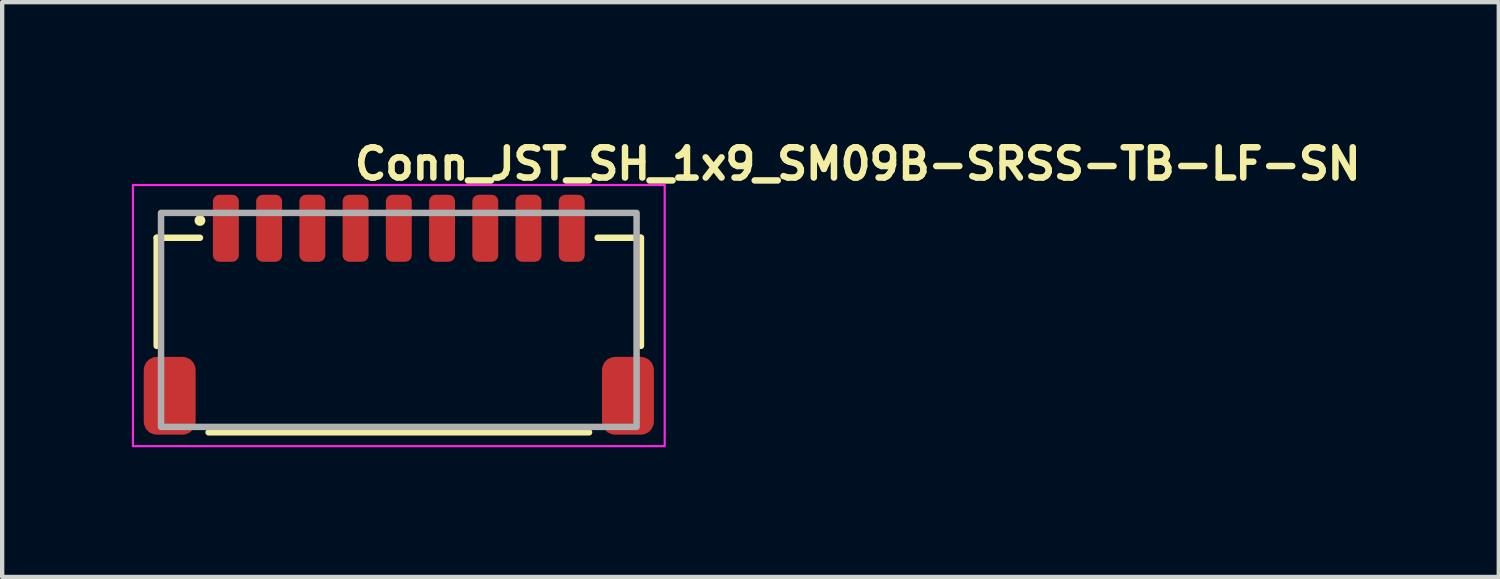
<source format=kicad_pcb>
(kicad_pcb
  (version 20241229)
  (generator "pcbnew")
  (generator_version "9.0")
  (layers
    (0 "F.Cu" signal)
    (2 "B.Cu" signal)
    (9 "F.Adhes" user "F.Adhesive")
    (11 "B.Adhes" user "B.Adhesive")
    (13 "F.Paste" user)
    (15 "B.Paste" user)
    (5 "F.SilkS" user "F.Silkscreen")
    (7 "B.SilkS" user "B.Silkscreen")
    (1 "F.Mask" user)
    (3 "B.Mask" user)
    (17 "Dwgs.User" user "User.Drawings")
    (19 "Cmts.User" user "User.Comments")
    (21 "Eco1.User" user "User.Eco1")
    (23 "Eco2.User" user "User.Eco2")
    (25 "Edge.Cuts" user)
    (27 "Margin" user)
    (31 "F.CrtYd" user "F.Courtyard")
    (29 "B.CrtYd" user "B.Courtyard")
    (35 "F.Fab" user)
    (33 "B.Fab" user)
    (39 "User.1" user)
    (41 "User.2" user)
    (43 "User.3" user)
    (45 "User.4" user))
  (footprint "Conn_JST_SH_1x9_SM09B-SRSS-TB-LF-SN"
    (layer "F.Cu")
    (at 6.175 4.35)
    (property "Reference" "Conn_JST_SH_1x9_SM09B-SRSS-TB-LF-SN" (at -1.1 -3.2 0) (layer "F.SilkS") (effects (font (size 0.7 0.7) (thickness 0.15)) (justify left bottom)))
    (attr smd)
    (fp_line (start -5.6 -1.9) (end -5.6 0.6) (stroke (width 0.15) (type solid)) (layer "F.SilkS"))
    (fp_line (start -4.6 -1.9) (end -5.6 -1.9) (stroke (width 0.15) (type solid)) (layer "F.SilkS"))
    (fp_line (start -4.4 2.6) (end 4.4 2.6) (stroke (width 0.15) (type solid)) (layer "F.SilkS"))
    (fp_line (start 4.6 -1.9) (end 5.6 -1.9) (stroke (width 0.15) (type solid)) (layer "F.SilkS"))
    (fp_line (start 5.6 -1.9) (end 5.6 0.6) (stroke (width 0.15) (type solid)) (layer "F.SilkS"))
    (fp_circle (center -4.6 -2.3) (end -4.55 -2.3) (stroke (width 0.15) (type solid)) (fill yes) (layer "F.SilkS"))
    (fp_rect (start -6.15 -3.12) (end 6.15 2.92) (stroke (width 0.05) (type solid)) (fill no) (layer "F.CrtYd"))
    (fp_rect (start -5.5 -2.475) (end 5.5 2.475) (stroke (width 0.15) (type solid)) (fill no) (layer "F.Fab"))
    (fp_rect (start -5.5 -2.475) (end 5.5 2.475) (stroke (width 0.1) (type solid)) (fill no) (layer "User.5"))
    (fp_line (start -5.5 -1.775) (end -5.5 -1.225) (stroke (width 0.02) (type solid)) (layer "User.9"))
    (fp_line (start -5.5 -1.225) (end -5.5 -0.575) (stroke (width 0.02) (type solid)) (layer "User.9"))
    (fp_line (start -5.5 -0.575) (end -5.5 -0.373) (stroke (width 0.02) (type solid)) (layer "User.9"))
    (fp_line (start -5.5 -0.373) (end -5.5 2.475) (stroke (width 0.02) (type solid)) (layer "User.9"))
    (fp_line (start -5.5 2.475) (end -5.26 2.475) (stroke (width 0.02) (type solid)) (layer "User.9"))
    (fp_line (start -5.26 -0.373) (end -5.5 -0.373) (stroke (width 0.02) (type solid)) (layer "User.9"))
    (fp_line (start -5.26 -0.286) (end -5.26 -0.373) (stroke (width 0.02) (type solid)) (layer "User.9"))
    (fp_line (start -5.26 2.475) (end -5.26 -0.286) (stroke (width 0.02) (type solid)) (layer "User.9"))
    (fp_line (start -5.26 2.475) (end 5.26 2.475) (stroke (width 0.02) (type solid)) (layer "User.9"))
    (fp_line (start -5 -1.775) (end -5.5 -1.775) (stroke (width 0.02) (type solid)) (layer "User.9"))
    (fp_line (start -5 -1.775) (end -4.3 -1.775) (stroke (width 0.02) (type solid)) (layer "User.9"))
    (fp_line (start -5 -1.225) (end -5.5 -1.225) (stroke (width 0.02) (type solid)) (layer "User.9"))
    (fp_line (start -5 -1.225) (end -5 -1.775) (stroke (width 0.02) (type solid)) (layer "User.9"))
    (fp_line (start -5 -1.225) (end -5 -0.286) (stroke (width 0.02) (type solid)) (layer "User.9"))
    (fp_line (start -5 -1.225) (end 5 -1.225) (stroke (width 0.02) (type solid)) (layer "User.9"))
    (fp_line (start -5 -0.575) (end -5.5 -0.575) (stroke (width 0.02) (type solid)) (layer "User.9"))
    (fp_line (start -5 -0.286) (end -5.26 -0.286) (stroke (width 0.02) (type solid)) (layer "User.9"))
    (fp_line (start -4.1 -2.475) (end -4.1 -2.474) (stroke (width 0.02) (type solid)) (layer "User.9"))
    (fp_line (start -4.1 -2.474) (end -4.1 -2.472) (stroke (width 0.02) (type solid)) (layer "User.9"))
    (fp_line (start -4.1 -2.472) (end -4.1 -2.469) (stroke (width 0.02) (type solid)) (layer "User.9"))
    (fp_line (start -4.1 -2.469) (end -4.1 -2.465) (stroke (width 0.02) (type solid)) (layer "User.9"))
    (fp_line (start -4.1 -2.465) (end -4.1 -2.46) (stroke (width 0.02) (type solid)) (layer "User.9"))
    (fp_line (start -4.1 -2.46) (end -4.1 -2.453) (stroke (width 0.02) (type solid)) (layer "User.9"))
    (fp_line (start -4.1 -2.453) (end -4.1 -2.446) (stroke (width 0.02) (type solid)) (layer "User.9"))
    (fp_line (start -4.1 -2.446) (end -4.1 -2.437) (stroke (width 0.02) (type solid)) (layer "User.9"))
    (fp_line (start -4.1 -2.437) (end -4.1 -2.428) (stroke (width 0.02) (type solid)) (layer "User.9"))
    (fp_line (start -4.1 -2.428) (end -4.1 -2.418) (stroke (width 0.02) (type solid)) (layer "User.9"))
    (fp_line (start -4.1 -2.418) (end -4.1 -2.408) (stroke (width 0.02) (type solid)) (layer "User.9"))
    (fp_line (start -4.1 -2.408) (end -4.1 -2.397) (stroke (width 0.02) (type solid)) (layer "User.9"))
    (fp_line (start -4.1 -2.397) (end -4.1 -2.386) (stroke (width 0.02) (type solid)) (layer "User.9"))
    (fp_line (start -4.1 -2.386) (end -4.1 -2.375) (stroke (width 0.02) (type solid)) (layer "User.9"))
    (fp_line (start -4.1 -2.375) (end -4.1 -1.996) (stroke (width 0.02) (type solid)) (layer "User.9"))
    (fp_line (start -4.1 -1.996) (end -4.1 -1.604) (stroke (width 0.02) (type solid)) (layer "User.9"))
    (fp_line (start -4.1 -1.604) (end -4.1 -1.6) (stroke (width 0.02) (type solid)) (layer "User.9"))
    (fp_line (start -4.1 -1.6) (end -4.1 -1.597) (stroke (width 0.02) (type solid)) (layer "User.9"))
    (fp_line (start -4.1 -1.597) (end -4.1 -1.593) (stroke (width 0.02) (type solid)) (layer "User.9"))
    (fp_line (start -4.1 -1.593) (end -4.1 -1.59) (stroke (width 0.02) (type solid)) (layer "User.9"))
    (fp_line (start -4.1 -1.59) (end -4.1 -1.587) (stroke (width 0.02) (type solid)) (layer "User.9"))
    (fp_line (start -4.1 -1.587) (end -4.1 -1.585) (stroke (width 0.02) (type solid)) (layer "User.9"))
    (fp_line (start -4.1 -1.585) (end -4.1 -1.583) (stroke (width 0.02) (type solid)) (layer "User.9"))
    (fp_line (start -4.1 -1.583) (end -4.1 -1.581) (stroke (width 0.02) (type solid)) (layer "User.9"))
    (fp_line (start -4.1 -1.581) (end -4.1 -1.579) (stroke (width 0.02) (type solid)) (layer "User.9"))
    (fp_line (start -4.1 -1.579) (end -4.1 -1.578) (stroke (width 0.02) (type solid)) (layer "User.9"))
    (fp_line (start -4.1 -1.578) (end -4.1 -1.576) (stroke (width 0.02) (type solid)) (layer "User.9"))
    (fp_line (start -4.1 -1.576) (end -4.1 -1.576) (stroke (width 0.02) (type solid)) (layer "User.9"))
    (fp_line (start -4.1 -1.576) (end -4.1 -1.575) (stroke (width 0.02) (type solid)) (layer "User.9"))
    (fp_line (start -4.1 -1.575) (end -4.3 -1.775) (stroke (width 0.02) (type solid)) (layer "User.9"))
    (fp_line (start -4.1 -1.575) (end -4.1 -1.575) (stroke (width 0.02) (type solid)) (layer "User.9"))
    (fp_line (start -4.1 -1.575) (end -4.1 -1.225) (stroke (width 0.02) (type solid)) (layer "User.9"))
    (fp_line (start -4.1 -1.475) (end -4.1 -1.325) (stroke (width 0.02) (type solid)) (layer "User.9"))
    (fp_line (start -3.9 -2.475) (end -4.1 -2.475) (stroke (width 0.02) (type solid)) (layer "User.9"))
    (fp_line (start -3.9 -2.475) (end -3.9 -2.474) (stroke (width 0.02) (type solid)) (layer "User.9"))
    (fp_line (start -3.9 -2.474) (end -3.9 -2.472) (stroke (width 0.02) (type solid)) (layer "User.9"))
    (fp_line (start -3.9 -2.472) (end -3.9 -2.469) (stroke (width 0.02) (type solid)) (layer "User.9"))
    (fp_line (start -3.9 -2.469) (end -3.9 -2.465) (stroke (width 0.02) (type solid)) (layer "User.9"))
    (fp_line (start -3.9 -2.465) (end -3.9 -2.46) (stroke (width 0.02) (type solid)) (layer "User.9"))
    (fp_line (start -3.9 -2.46) (end -3.9 -2.453) (stroke (width 0.02) (type solid)) (layer "User.9"))
    (fp_line (start -3.9 -2.453) (end -3.9 -2.446) (stroke (width 0.02) (type solid)) (layer "User.9"))
    (fp_line (start -3.9 -2.446) (end -3.9 -2.437) (stroke (width 0.02) (type solid)) (layer "User.9"))
    (fp_line (start -3.9 -2.437) (end -3.9 -2.428) (stroke (width 0.02) (type solid)) (layer "User.9"))
    (fp_line (start -3.9 -2.428) (end -3.9 -2.418) (stroke (width 0.02) (type solid)) (layer "User.9"))
    (fp_line (start -3.9 -2.418) (end -3.9 -2.408) (stroke (width 0.02) (type solid)) (layer "User.9"))
    (fp_line (start -3.9 -2.408) (end -3.9 -2.397) (stroke (width 0.02) (type solid)) (layer "User.9"))
    (fp_line (start -3.9 -2.397) (end -3.9 -2.386) (stroke (width 0.02) (type solid)) (layer "User.9"))
    (fp_line (start -3.9 -2.386) (end -3.9 -2.375) (stroke (width 0.02) (type solid)) (layer "User.9"))
    (fp_line (start -3.9 -2.375) (end -4.1 -2.375) (stroke (width 0.02) (type solid)) (layer "User.9"))
    (fp_line (start -3.9 -2.375) (end -3.9 -1.996) (stroke (width 0.02) (type solid)) (layer "User.9"))
    (fp_line (start -3.9 -1.996) (end -4.1 -1.996) (stroke (width 0.02) (type solid)) (layer "User.9"))
    (fp_line (start -3.9 -1.996) (end -3.9 -1.604) (stroke (width 0.02) (type solid)) (layer "User.9"))
    (fp_line (start -3.9 -1.604) (end -4.1 -1.604) (stroke (width 0.02) (type solid)) (layer "User.9"))
    (fp_line (start -3.9 -1.604) (end -3.9 -1.6) (stroke (width 0.02) (type solid)) (layer "User.9"))
    (fp_line (start -3.9 -1.6) (end -3.9 -1.597) (stroke (width 0.02) (type solid)) (layer "User.9"))
    (fp_line (start -3.9 -1.597) (end -3.9 -1.593) (stroke (width 0.02) (type solid)) (layer "User.9"))
    (fp_line (start -3.9 -1.593) (end -3.9 -1.59) (stroke (width 0.02) (type solid)) (layer "User.9"))
    (fp_line (start -3.9 -1.59) (end -3.9 -1.587) (stroke (width 0.02) (type solid)) (layer "User.9"))
    (fp_line (start -3.9 -1.587) (end -3.9 -1.585) (stroke (width 0.02) (type solid)) (layer "User.9"))
    (fp_line (start -3.9 -1.585) (end -3.9 -1.583) (stroke (width 0.02) (type solid)) (layer "User.9"))
    (fp_line (start -3.9 -1.583) (end -3.9 -1.581) (stroke (width 0.02) (type solid)) (layer "User.9"))
    (fp_line (start -3.9 -1.581) (end -3.9 -1.579) (stroke (width 0.02) (type solid)) (layer "User.9"))
    (fp_line (start -3.9 -1.579) (end -3.9 -1.578) (stroke (width 0.02) (type solid)) (layer "User.9"))
    (fp_line (start -3.9 -1.578) (end -3.9 -1.576) (stroke (width 0.02) (type solid)) (layer "User.9"))
    (fp_line (start -3.9 -1.576) (end -3.9 -1.576) (stroke (width 0.02) (type solid)) (layer "User.9"))
    (fp_line (start -3.9 -1.576) (end -3.9 -1.575) (stroke (width 0.02) (type solid)) (layer "User.9"))
    (fp_line (start -3.9 -1.575) (end -4.1 -1.575) (stroke (width 0.02) (type solid)) (layer "User.9"))
    (fp_line (start -3.9 -1.575) (end -3.9 -1.575) (stroke (width 0.02) (type solid)) (layer "User.9"))
    (fp_line (start -3.9 -1.575) (end -3.9 -1.225) (stroke (width 0.02) (type solid)) (layer "User.9"))
    (fp_line (start -3.9 -1.475) (end -4.1 -1.475) (stroke (width 0.02) (type solid)) (layer "User.9"))
    (fp_line (start -3.9 -1.475) (end -3.9 -1.325) (stroke (width 0.02) (type solid)) (layer "User.9"))
    (fp_line (start -3.9 -1.325) (end -4.1 -1.325) (stroke (width 0.02) (type solid)) (layer "User.9"))
    (fp_line (start -3.7 -1.775) (end -3.9 -1.575) (stroke (width 0.02) (type solid)) (layer "User.9"))
    (fp_line (start -3.7 -1.775) (end -3.3 -1.775) (stroke (width 0.02) (type solid)) (layer "User.9"))
    (fp_line (start -3.1 -2.475) (end -3.1 -2.474) (stroke (width 0.02) (type solid)) (layer "User.9"))
    (fp_line (start -3.1 -2.474) (end -3.1 -2.472) (stroke (width 0.02) (type solid)) (layer "User.9"))
    (fp_line (start -3.1 -2.472) (end -3.1 -2.469) (stroke (width 0.02) (type solid)) (layer "User.9"))
    (fp_line (start -3.1 -2.469) (end -3.1 -2.465) (stroke (width 0.02) (type solid)) (layer "User.9"))
    (fp_line (start -3.1 -2.465) (end -3.1 -2.46) (stroke (width 0.02) (type solid)) (layer "User.9"))
    (fp_line (start -3.1 -2.46) (end -3.1 -2.453) (stroke (width 0.02) (type solid)) (layer "User.9"))
    (fp_line (start -3.1 -2.453) (end -3.1 -2.446) (stroke (width 0.02) (type solid)) (layer "User.9"))
    (fp_line (start -3.1 -2.446) (end -3.1 -2.437) (stroke (width 0.02) (type solid)) (layer "User.9"))
    (fp_line (start -3.1 -2.437) (end -3.1 -2.428) (stroke (width 0.02) (type solid)) (layer "User.9"))
    (fp_line (start -3.1 -2.428) (end -3.1 -2.418) (stroke (width 0.02) (type solid)) (layer "User.9"))
    (fp_line (start -3.1 -2.418) (end -3.1 -2.408) (stroke (width 0.02) (type solid)) (layer "User.9"))
    (fp_line (start -3.1 -2.408) (end -3.1 -2.397) (stroke (width 0.02) (type solid)) (layer "User.9"))
    (fp_line (start -3.1 -2.397) (end -3.1 -2.386) (stroke (width 0.02) (type solid)) (layer "User.9"))
    (fp_line (start -3.1 -2.386) (end -3.1 -2.375) (stroke (width 0.02) (type solid)) (layer "User.9"))
    (fp_line (start -3.1 -2.375) (end -3.1 -1.996) (stroke (width 0.02) (type solid)) (layer "User.9"))
    (fp_line (start -3.1 -1.996) (end -3.1 -1.604) (stroke (width 0.02) (type solid)) (layer "User.9"))
    (fp_line (start -3.1 -1.604) (end -3.1 -1.6) (stroke (width 0.02) (type solid)) (layer "User.9"))
    (fp_line (start -3.1 -1.6) (end -3.1 -1.597) (stroke (width 0.02) (type solid)) (layer "User.9"))
    (fp_line (start -3.1 -1.597) (end -3.1 -1.593) (stroke (width 0.02) (type solid)) (layer "User.9"))
    (fp_line (start -3.1 -1.593) (end -3.1 -1.59) (stroke (width 0.02) (type solid)) (layer "User.9"))
    (fp_line (start -3.1 -1.59) (end -3.1 -1.587) (stroke (width 0.02) (type solid)) (layer "User.9"))
    (fp_line (start -3.1 -1.587) (end -3.1 -1.585) (stroke (width 0.02) (type solid)) (layer "User.9"))
    (fp_line (start -3.1 -1.585) (end -3.1 -1.583) (stroke (width 0.02) (type solid)) (layer "User.9"))
    (fp_line (start -3.1 -1.583) (end -3.1 -1.581) (stroke (width 0.02) (type solid)) (layer "User.9"))
    (fp_line (start -3.1 -1.581) (end -3.1 -1.579) (stroke (width 0.02) (type solid)) (layer "User.9"))
    (fp_line (start -3.1 -1.579) (end -3.1 -1.578) (stroke (width 0.02) (type solid)) (layer "User.9"))
    (fp_line (start -3.1 -1.578) (end -3.1 -1.576) (stroke (width 0.02) (type solid)) (layer "User.9"))
    (fp_line (start -3.1 -1.576) (end -3.1 -1.576) (stroke (width 0.02) (type solid)) (layer "User.9"))
    (fp_line (start -3.1 -1.576) (end -3.1 -1.575) (stroke (width 0.02) (type solid)) (layer "User.9"))
    (fp_line (start -3.1 -1.575) (end -3.3 -1.775) (stroke (width 0.02) (type solid)) (layer "User.9"))
    (fp_line (start -3.1 -1.575) (end -3.1 -1.575) (stroke (width 0.02) (type solid)) (layer "User.9"))
    (fp_line (start -3.1 -1.575) (end -3.1 -1.225) (stroke (width 0.02) (type solid)) (layer "User.9"))
    (fp_line (start -3.1 -1.475) (end -3.1 -1.325) (stroke (width 0.02) (type solid)) (layer "User.9"))
    (fp_line (start -2.9 -2.475) (end -3.1 -2.475) (stroke (width 0.02) (type solid)) (layer "User.9"))
    (fp_line (start -2.9 -2.475) (end -2.9 -2.474) (stroke (width 0.02) (type solid)) (layer "User.9"))
    (fp_line (start -2.9 -2.474) (end -2.9 -2.472) (stroke (width 0.02) (type solid)) (layer "User.9"))
    (fp_line (start -2.9 -2.472) (end -2.9 -2.469) (stroke (width 0.02) (type solid)) (layer "User.9"))
    (fp_line (start -2.9 -2.469) (end -2.9 -2.465) (stroke (width 0.02) (type solid)) (layer "User.9"))
    (fp_line (start -2.9 -2.465) (end -2.9 -2.46) (stroke (width 0.02) (type solid)) (layer "User.9"))
    (fp_line (start -2.9 -2.46) (end -2.9 -2.453) (stroke (width 0.02) (type solid)) (layer "User.9"))
    (fp_line (start -2.9 -2.453) (end -2.9 -2.446) (stroke (width 0.02) (type solid)) (layer "User.9"))
    (fp_line (start -2.9 -2.446) (end -2.9 -2.437) (stroke (width 0.02) (type solid)) (layer "User.9"))
    (fp_line (start -2.9 -2.437) (end -2.9 -2.428) (stroke (width 0.02) (type solid)) (layer "User.9"))
    (fp_line (start -2.9 -2.428) (end -2.9 -2.418) (stroke (width 0.02) (type solid)) (layer "User.9"))
    (fp_line (start -2.9 -2.418) (end -2.9 -2.408) (stroke (width 0.02) (type solid)) (layer "User.9"))
    (fp_line (start -2.9 -2.408) (end -2.9 -2.397) (stroke (width 0.02) (type solid)) (layer "User.9"))
    (fp_line (start -2.9 -2.397) (end -2.9 -2.386) (stroke (width 0.02) (type solid)) (layer "User.9"))
    (fp_line (start -2.9 -2.386) (end -2.9 -2.375) (stroke (width 0.02) (type solid)) (layer "User.9"))
    (fp_line (start -2.9 -2.375) (end -3.1 -2.375) (stroke (width 0.02) (type solid)) (layer "User.9"))
    (fp_line (start -2.9 -2.375) (end -2.9 -1.996) (stroke (width 0.02) (type solid)) (layer "User.9"))
    (fp_line (start -2.9 -1.996) (end -3.1 -1.996) (stroke (width 0.02) (type solid)) (layer "User.9"))
    (fp_line (start -2.9 -1.996) (end -2.9 -1.604) (stroke (width 0.02) (type solid)) (layer "User.9"))
    (fp_line (start -2.9 -1.604) (end -3.1 -1.604) (stroke (width 0.02) (type solid)) (layer "User.9"))
    (fp_line (start -2.9 -1.604) (end -2.9 -1.6) (stroke (width 0.02) (type solid)) (layer "User.9"))
    (fp_line (start -2.9 -1.6) (end -2.9 -1.597) (stroke (width 0.02) (type solid)) (layer "User.9"))
    (fp_line (start -2.9 -1.597) (end -2.9 -1.593) (stroke (width 0.02) (type solid)) (layer "User.9"))
    (fp_line (start -2.9 -1.593) (end -2.9 -1.59) (stroke (width 0.02) (type solid)) (layer "User.9"))
    (fp_line (start -2.9 -1.59) (end -2.9 -1.587) (stroke (width 0.02) (type solid)) (layer "User.9"))
    (fp_line (start -2.9 -1.587) (end -2.9 -1.585) (stroke (width 0.02) (type solid)) (layer "User.9"))
    (fp_line (start -2.9 -1.585) (end -2.9 -1.583) (stroke (width 0.02) (type solid)) (layer "User.9"))
    (fp_line (start -2.9 -1.583) (end -2.9 -1.581) (stroke (width 0.02) (type solid)) (layer "User.9"))
    (fp_line (start -2.9 -1.581) (end -2.9 -1.579) (stroke (width 0.02) (type solid)) (layer "User.9"))
    (fp_line (start -2.9 -1.579) (end -2.9 -1.578) (stroke (width 0.02) (type solid)) (layer "User.9"))
    (fp_line (start -2.9 -1.578) (end -2.9 -1.576) (stroke (width 0.02) (type solid)) (layer "User.9"))
    (fp_line (start -2.9 -1.576) (end -2.9 -1.576) (stroke (width 0.02) (type solid)) (layer "User.9"))
    (fp_line (start -2.9 -1.576) (end -2.9 -1.575) (stroke (width 0.02) (type solid)) (layer "User.9"))
    (fp_line (start -2.9 -1.575) (end -3.1 -1.575) (stroke (width 0.02) (type solid)) (layer "User.9"))
    (fp_line (start -2.9 -1.575) (end -2.9 -1.575) (stroke (width 0.02) (type solid)) (layer "User.9"))
    (fp_line (start -2.9 -1.575) (end -2.9 -1.225) (stroke (width 0.02) (type solid)) (layer "User.9"))
    (fp_line (start -2.9 -1.475) (end -3.1 -1.475) (stroke (width 0.02) (type solid)) (layer "User.9"))
    (fp_line (start -2.9 -1.475) (end -2.9 -1.325) (stroke (width 0.02) (type solid)) (layer "User.9"))
    (fp_line (start -2.9 -1.325) (end -3.1 -1.325) (stroke (width 0.02) (type solid)) (layer "User.9"))
    (fp_line (start -2.7 -1.775) (end -2.9 -1.575) (stroke (width 0.02) (type solid)) (layer "User.9"))
    (fp_line (start -2.7 -1.775) (end -2.3 -1.775) (stroke (width 0.02) (type solid)) (layer "User.9"))
    (fp_line (start -2.1 -2.475) (end -2.1 -2.474) (stroke (width 0.02) (type solid)) (layer "User.9"))
    (fp_line (start -2.1 -2.474) (end -2.1 -2.472) (stroke (width 0.02) (type solid)) (layer "User.9"))
    (fp_line (start -2.1 -2.472) (end -2.1 -2.469) (stroke (width 0.02) (type solid)) (layer "User.9"))
    (fp_line (start -2.1 -2.469) (end -2.1 -2.465) (stroke (width 0.02) (type solid)) (layer "User.9"))
    (fp_line (start -2.1 -2.465) (end -2.1 -2.46) (stroke (width 0.02) (type solid)) (layer "User.9"))
    (fp_line (start -2.1 -2.46) (end -2.1 -2.453) (stroke (width 0.02) (type solid)) (layer "User.9"))
    (fp_line (start -2.1 -2.453) (end -2.1 -2.446) (stroke (width 0.02) (type solid)) (layer "User.9"))
    (fp_line (start -2.1 -2.446) (end -2.1 -2.437) (stroke (width 0.02) (type solid)) (layer "User.9"))
    (fp_line (start -2.1 -2.437) (end -2.1 -2.428) (stroke (width 0.02) (type solid)) (layer "User.9"))
    (fp_line (start -2.1 -2.428) (end -2.1 -2.418) (stroke (width 0.02) (type solid)) (layer "User.9"))
    (fp_line (start -2.1 -2.418) (end -2.1 -2.408) (stroke (width 0.02) (type solid)) (layer "User.9"))
    (fp_line (start -2.1 -2.408) (end -2.1 -2.397) (stroke (width 0.02) (type solid)) (layer "User.9"))
    (fp_line (start -2.1 -2.397) (end -2.1 -2.386) (stroke (width 0.02) (type solid)) (layer "User.9"))
    (fp_line (start -2.1 -2.386) (end -2.1 -2.375) (stroke (width 0.02) (type solid)) (layer "User.9"))
    (fp_line (start -2.1 -2.375) (end -2.1 -1.996) (stroke (width 0.02) (type solid)) (layer "User.9"))
    (fp_line (start -2.1 -1.996) (end -2.1 -1.604) (stroke (width 0.02) (type solid)) (layer "User.9"))
    (fp_line (start -2.1 -1.604) (end -2.1 -1.6) (stroke (width 0.02) (type solid)) (layer "User.9"))
    (fp_line (start -2.1 -1.6) (end -2.1 -1.597) (stroke (width 0.02) (type solid)) (layer "User.9"))
    (fp_line (start -2.1 -1.597) (end -2.1 -1.593) (stroke (width 0.02) (type solid)) (layer "User.9"))
    (fp_line (start -2.1 -1.593) (end -2.1 -1.59) (stroke (width 0.02) (type solid)) (layer "User.9"))
    (fp_line (start -2.1 -1.59) (end -2.1 -1.587) (stroke (width 0.02) (type solid)) (layer "User.9"))
    (fp_line (start -2.1 -1.587) (end -2.1 -1.585) (stroke (width 0.02) (type solid)) (layer "User.9"))
    (fp_line (start -2.1 -1.585) (end -2.1 -1.583) (stroke (width 0.02) (type solid)) (layer "User.9"))
    (fp_line (start -2.1 -1.583) (end -2.1 -1.581) (stroke (width 0.02) (type solid)) (layer "User.9"))
    (fp_line (start -2.1 -1.581) (end -2.1 -1.579) (stroke (width 0.02) (type solid)) (layer "User.9"))
    (fp_line (start -2.1 -1.579) (end -2.1 -1.578) (stroke (width 0.02) (type solid)) (layer "User.9"))
    (fp_line (start -2.1 -1.578) (end -2.1 -1.576) (stroke (width 0.02) (type solid)) (layer "User.9"))
    (fp_line (start -2.1 -1.576) (end -2.1 -1.576) (stroke (width 0.02) (type solid)) (layer "User.9"))
    (fp_line (start -2.1 -1.576) (end -2.1 -1.575) (stroke (width 0.02) (type solid)) (layer "User.9"))
    (fp_line (start -2.1 -1.575) (end -2.3 -1.775) (stroke (width 0.02) (type solid)) (layer "User.9"))
    (fp_line (start -2.1 -1.575) (end -2.1 -1.575) (stroke (width 0.02) (type solid)) (layer "User.9"))
    (fp_line (start -2.1 -1.575) (end -2.1 -1.225) (stroke (width 0.02) (type solid)) (layer "User.9"))
    (fp_line (start -2.1 -1.475) (end -2.1 -1.325) (stroke (width 0.02) (type solid)) (layer "User.9"))
    (fp_line (start -1.9 -2.475) (end -2.1 -2.475) (stroke (width 0.02) (type solid)) (layer "User.9"))
    (fp_line (start -1.9 -2.475) (end -1.9 -2.474) (stroke (width 0.02) (type solid)) (layer "User.9"))
    (fp_line (start -1.9 -2.474) (end -1.9 -2.472) (stroke (width 0.02) (type solid)) (layer "User.9"))
    (fp_line (start -1.9 -2.472) (end -1.9 -2.469) (stroke (width 0.02) (type solid)) (layer "User.9"))
    (fp_line (start -1.9 -2.469) (end -1.9 -2.465) (stroke (width 0.02) (type solid)) (layer "User.9"))
    (fp_line (start -1.9 -2.465) (end -1.9 -2.46) (stroke (width 0.02) (type solid)) (layer "User.9"))
    (fp_line (start -1.9 -2.46) (end -1.9 -2.453) (stroke (width 0.02) (type solid)) (layer "User.9"))
    (fp_line (start -1.9 -2.453) (end -1.9 -2.446) (stroke (width 0.02) (type solid)) (layer "User.9"))
    (fp_line (start -1.9 -2.446) (end -1.9 -2.437) (stroke (width 0.02) (type solid)) (layer "User.9"))
    (fp_line (start -1.9 -2.437) (end -1.9 -2.428) (stroke (width 0.02) (type solid)) (layer "User.9"))
    (fp_line (start -1.9 -2.428) (end -1.9 -2.418) (stroke (width 0.02) (type solid)) (layer "User.9"))
    (fp_line (start -1.9 -2.418) (end -1.9 -2.408) (stroke (width 0.02) (type solid)) (layer "User.9"))
    (fp_line (start -1.9 -2.408) (end -1.9 -2.397) (stroke (width 0.02) (type solid)) (layer "User.9"))
    (fp_line (start -1.9 -2.397) (end -1.9 -2.386) (stroke (width 0.02) (type solid)) (layer "User.9"))
    (fp_line (start -1.9 -2.386) (end -1.9 -2.375) (stroke (width 0.02) (type solid)) (layer "User.9"))
    (fp_line (start -1.9 -2.375) (end -2.1 -2.375) (stroke (width 0.02) (type solid)) (layer "User.9"))
    (fp_line (start -1.9 -2.375) (end -1.9 -1.996) (stroke (width 0.02) (type solid)) (layer "User.9"))
    (fp_line (start -1.9 -1.996) (end -2.1 -1.996) (stroke (width 0.02) (type solid)) (layer "User.9"))
    (fp_line (start -1.9 -1.996) (end -1.9 -1.604) (stroke (width 0.02) (type solid)) (layer "User.9"))
    (fp_line (start -1.9 -1.604) (end -2.1 -1.604) (stroke (width 0.02) (type solid)) (layer "User.9"))
    (fp_line (start -1.9 -1.604) (end -1.9 -1.6) (stroke (width 0.02) (type solid)) (layer "User.9"))
    (fp_line (start -1.9 -1.6) (end -1.9 -1.597) (stroke (width 0.02) (type solid)) (layer "User.9"))
    (fp_line (start -1.9 -1.597) (end -1.9 -1.593) (stroke (width 0.02) (type solid)) (layer "User.9"))
    (fp_line (start -1.9 -1.593) (end -1.9 -1.59) (stroke (width 0.02) (type solid)) (layer "User.9"))
    (fp_line (start -1.9 -1.59) (end -1.9 -1.587) (stroke (width 0.02) (type solid)) (layer "User.9"))
    (fp_line (start -1.9 -1.587) (end -1.9 -1.585) (stroke (width 0.02) (type solid)) (layer "User.9"))
    (fp_line (start -1.9 -1.585) (end -1.9 -1.583) (stroke (width 0.02) (type solid)) (layer "User.9"))
    (fp_line (start -1.9 -1.583) (end -1.9 -1.581) (stroke (width 0.02) (type solid)) (layer "User.9"))
    (fp_line (start -1.9 -1.581) (end -1.9 -1.579) (stroke (width 0.02) (type solid)) (layer "User.9"))
    (fp_line (start -1.9 -1.579) (end -1.9 -1.578) (stroke (width 0.02) (type solid)) (layer "User.9"))
    (fp_line (start -1.9 -1.578) (end -1.9 -1.576) (stroke (width 0.02) (type solid)) (layer "User.9"))
    (fp_line (start -1.9 -1.576) (end -1.9 -1.576) (stroke (width 0.02) (type solid)) (layer "User.9"))
    (fp_line (start -1.9 -1.576) (end -1.9 -1.575) (stroke (width 0.02) (type solid)) (layer "User.9"))
    (fp_line (start -1.9 -1.575) (end -2.1 -1.575) (stroke (width 0.02) (type solid)) (layer "User.9"))
    (fp_line (start -1.9 -1.575) (end -1.9 -1.575) (stroke (width 0.02) (type solid)) (layer "User.9"))
    (fp_line (start -1.9 -1.575) (end -1.9 -1.225) (stroke (width 0.02) (type solid)) (layer "User.9"))
    (fp_line (start -1.9 -1.475) (end -2.1 -1.475) (stroke (width 0.02) (type solid)) (layer "User.9"))
    (fp_line (start -1.9 -1.475) (end -1.9 -1.325) (stroke (width 0.02) (type solid)) (layer "User.9"))
    (fp_line (start -1.9 -1.325) (end -2.1 -1.325) (stroke (width 0.02) (type solid)) (layer "User.9"))
    (fp_line (start -1.7 -1.775) (end -1.9 -1.575) (stroke (width 0.02) (type solid)) (layer "User.9"))
    (fp_line (start -1.7 -1.775) (end -1.3 -1.775) (stroke (width 0.02) (type solid)) (layer "User.9"))
    (fp_line (start -1.1 -2.475) (end -1.1 -2.474) (stroke (width 0.02) (type solid)) (layer "User.9"))
    (fp_line (start -1.1 -2.474) (end -1.1 -2.472) (stroke (width 0.02) (type solid)) (layer "User.9"))
    (fp_line (start -1.1 -2.472) (end -1.1 -2.469) (stroke (width 0.02) (type solid)) (layer "User.9"))
    (fp_line (start -1.1 -2.469) (end -1.1 -2.465) (stroke (width 0.02) (type solid)) (layer "User.9"))
    (fp_line (start -1.1 -2.465) (end -1.1 -2.46) (stroke (width 0.02) (type solid)) (layer "User.9"))
    (fp_line (start -1.1 -2.46) (end -1.1 -2.453) (stroke (width 0.02) (type solid)) (layer "User.9"))
    (fp_line (start -1.1 -2.453) (end -1.1 -2.446) (stroke (width 0.02) (type solid)) (layer "User.9"))
    (fp_line (start -1.1 -2.446) (end -1.1 -2.437) (stroke (width 0.02) (type solid)) (layer "User.9"))
    (fp_line (start -1.1 -2.437) (end -1.1 -2.428) (stroke (width 0.02) (type solid)) (layer "User.9"))
    (fp_line (start -1.1 -2.428) (end -1.1 -2.418) (stroke (width 0.02) (type solid)) (layer "User.9"))
    (fp_line (start -1.1 -2.418) (end -1.1 -2.408) (stroke (width 0.02) (type solid)) (layer "User.9"))
    (fp_line (start -1.1 -2.408) (end -1.1 -2.397) (stroke (width 0.02) (type solid)) (layer "User.9"))
    (fp_line (start -1.1 -2.397) (end -1.1 -2.386) (stroke (width 0.02) (type solid)) (layer "User.9"))
    (fp_line (start -1.1 -2.386) (end -1.1 -2.375) (stroke (width 0.02) (type solid)) (layer "User.9"))
    (fp_line (start -1.1 -2.375) (end -1.1 -1.996) (stroke (width 0.02) (type solid)) (layer "User.9"))
    (fp_line (start -1.1 -1.996) (end -1.1 -1.604) (stroke (width 0.02) (type solid)) (layer "User.9"))
    (fp_line (start -1.1 -1.604) (end -1.1 -1.6) (stroke (width 0.02) (type solid)) (layer "User.9"))
    (fp_line (start -1.1 -1.6) (end -1.1 -1.597) (stroke (width 0.02) (type solid)) (layer "User.9"))
    (fp_line (start -1.1 -1.597) (end -1.1 -1.593) (stroke (width 0.02) (type solid)) (layer "User.9"))
    (fp_line (start -1.1 -1.593) (end -1.1 -1.59) (stroke (width 0.02) (type solid)) (layer "User.9"))
    (fp_line (start -1.1 -1.59) (end -1.1 -1.587) (stroke (width 0.02) (type solid)) (layer "User.9"))
    (fp_line (start -1.1 -1.587) (end -1.1 -1.585) (stroke (width 0.02) (type solid)) (layer "User.9"))
    (fp_line (start -1.1 -1.585) (end -1.1 -1.583) (stroke (width 0.02) (type solid)) (layer "User.9"))
    (fp_line (start -1.1 -1.583) (end -1.1 -1.581) (stroke (width 0.02) (type solid)) (layer "User.9"))
    (fp_line (start -1.1 -1.581) (end -1.1 -1.579) (stroke (width 0.02) (type solid)) (layer "User.9"))
    (fp_line (start -1.1 -1.579) (end -1.1 -1.578) (stroke (width 0.02) (type solid)) (layer "User.9"))
    (fp_line (start -1.1 -1.578) (end -1.1 -1.576) (stroke (width 0.02) (type solid)) (layer "User.9"))
    (fp_line (start -1.1 -1.576) (end -1.1 -1.576) (stroke (width 0.02) (type solid)) (layer "User.9"))
    (fp_line (start -1.1 -1.576) (end -1.1 -1.575) (stroke (width 0.02) (type solid)) (layer "User.9"))
    (fp_line (start -1.1 -1.575) (end -1.3 -1.775) (stroke (width 0.02) (type solid)) (layer "User.9"))
    (fp_line (start -1.1 -1.575) (end -1.1 -1.575) (stroke (width 0.02) (type solid)) (layer "User.9"))
    (fp_line (start -1.1 -1.575) (end -1.1 -1.225) (stroke (width 0.02) (type solid)) (layer "User.9"))
    (fp_line (start -1.1 -1.475) (end -1.1 -1.325) (stroke (width 0.02) (type solid)) (layer "User.9"))
    (fp_line (start -0.9 -2.475) (end -1.1 -2.475) (stroke (width 0.02) (type solid)) (layer "User.9"))
    (fp_line (start -0.9 -2.475) (end -0.9 -2.474) (stroke (width 0.02) (type solid)) (layer "User.9"))
    (fp_line (start -0.9 -2.474) (end -0.9 -2.472) (stroke (width 0.02) (type solid)) (layer "User.9"))
    (fp_line (start -0.9 -2.472) (end -0.9 -2.469) (stroke (width 0.02) (type solid)) (layer "User.9"))
    (fp_line (start -0.9 -2.469) (end -0.9 -2.465) (stroke (width 0.02) (type solid)) (layer "User.9"))
    (fp_line (start -0.9 -2.465) (end -0.9 -2.46) (stroke (width 0.02) (type solid)) (layer "User.9"))
    (fp_line (start -0.9 -2.46) (end -0.9 -2.453) (stroke (width 0.02) (type solid)) (layer "User.9"))
    (fp_line (start -0.9 -2.453) (end -0.9 -2.446) (stroke (width 0.02) (type solid)) (layer "User.9"))
    (fp_line (start -0.9 -2.446) (end -0.9 -2.437) (stroke (width 0.02) (type solid)) (layer "User.9"))
    (fp_line (start -0.9 -2.437) (end -0.9 -2.428) (stroke (width 0.02) (type solid)) (layer "User.9"))
    (fp_line (start -0.9 -2.428) (end -0.9 -2.418) (stroke (width 0.02) (type solid)) (layer "User.9"))
    (fp_line (start -0.9 -2.418) (end -0.9 -2.408) (stroke (width 0.02) (type solid)) (layer "User.9"))
    (fp_line (start -0.9 -2.408) (end -0.9 -2.397) (stroke (width 0.02) (type solid)) (layer "User.9"))
    (fp_line (start -0.9 -2.397) (end -0.9 -2.386) (stroke (width 0.02) (type solid)) (layer "User.9"))
    (fp_line (start -0.9 -2.386) (end -0.9 -2.375) (stroke (width 0.02) (type solid)) (layer "User.9"))
    (fp_line (start -0.9 -2.375) (end -1.1 -2.375) (stroke (width 0.02) (type solid)) (layer "User.9"))
    (fp_line (start -0.9 -2.375) (end -0.9 -1.996) (stroke (width 0.02) (type solid)) (layer "User.9"))
    (fp_line (start -0.9 -1.996) (end -1.1 -1.996) (stroke (width 0.02) (type solid)) (layer "User.9"))
    (fp_line (start -0.9 -1.996) (end -0.9 -1.604) (stroke (width 0.02) (type solid)) (layer "User.9"))
    (fp_line (start -0.9 -1.604) (end -1.1 -1.604) (stroke (width 0.02) (type solid)) (layer "User.9"))
    (fp_line (start -0.9 -1.604) (end -0.9 -1.6) (stroke (width 0.02) (type solid)) (layer "User.9"))
    (fp_line (start -0.9 -1.6) (end -0.9 -1.597) (stroke (width 0.02) (type solid)) (layer "User.9"))
    (fp_line (start -0.9 -1.597) (end -0.9 -1.593) (stroke (width 0.02) (type solid)) (layer "User.9"))
    (fp_line (start -0.9 -1.593) (end -0.9 -1.59) (stroke (width 0.02) (type solid)) (layer "User.9"))
    (fp_line (start -0.9 -1.59) (end -0.9 -1.587) (stroke (width 0.02) (type solid)) (layer "User.9"))
    (fp_line (start -0.9 -1.587) (end -0.9 -1.585) (stroke (width 0.02) (type solid)) (layer "User.9"))
    (fp_line (start -0.9 -1.585) (end -0.9 -1.583) (stroke (width 0.02) (type solid)) (layer "User.9"))
    (fp_line (start -0.9 -1.583) (end -0.9 -1.581) (stroke (width 0.02) (type solid)) (layer "User.9"))
    (fp_line (start -0.9 -1.581) (end -0.9 -1.579) (stroke (width 0.02) (type solid)) (layer "User.9"))
    (fp_line (start -0.9 -1.579) (end -0.9 -1.578) (stroke (width 0.02) (type solid)) (layer "User.9"))
    (fp_line (start -0.9 -1.578) (end -0.9 -1.576) (stroke (width 0.02) (type solid)) (layer "User.9"))
    (fp_line (start -0.9 -1.576) (end -0.9 -1.576) (stroke (width 0.02) (type solid)) (layer "User.9"))
    (fp_line (start -0.9 -1.576) (end -0.9 -1.575) (stroke (width 0.02) (type solid)) (layer "User.9"))
    (fp_line (start -0.9 -1.575) (end -1.1 -1.575) (stroke (width 0.02) (type solid)) (layer "User.9"))
    (fp_line (start -0.9 -1.575) (end -0.9 -1.575) (stroke (width 0.02) (type solid)) (layer "User.9"))
    (fp_line (start -0.9 -1.575) (end -0.9 -1.225) (stroke (width 0.02) (type solid)) (layer "User.9"))
    (fp_line (start -0.9 -1.475) (end -1.1 -1.475) (stroke (width 0.02) (type solid)) (layer "User.9"))
    (fp_line (start -0.9 -1.475) (end -0.9 -1.325) (stroke (width 0.02) (type solid)) (layer "User.9"))
    (fp_line (start -0.9 -1.325) (end -1.1 -1.325) (stroke (width 0.02) (type solid)) (layer "User.9"))
    (fp_line (start -0.7 -1.775) (end -0.9 -1.575) (stroke (width 0.02) (type solid)) (layer "User.9"))
    (fp_line (start -0.7 -1.775) (end -0.3 -1.775) (stroke (width 0.02) (type solid)) (layer "User.9"))
    (fp_line (start -0.1 -2.475) (end -0.1 -2.474) (stroke (width 0.02) (type solid)) (layer "User.9"))
    (fp_line (start -0.1 -2.474) (end -0.1 -2.472) (stroke (width 0.02) (type solid)) (layer "User.9"))
    (fp_line (start -0.1 -2.472) (end -0.1 -2.469) (stroke (width 0.02) (type solid)) (layer "User.9"))
    (fp_line (start -0.1 -2.469) (end -0.1 -2.465) (stroke (width 0.02) (type solid)) (layer "User.9"))
    (fp_line (start -0.1 -2.465) (end -0.1 -2.46) (stroke (width 0.02) (type solid)) (layer "User.9"))
    (fp_line (start -0.1 -2.46) (end -0.1 -2.453) (stroke (width 0.02) (type solid)) (layer "User.9"))
    (fp_line (start -0.1 -2.453) (end -0.1 -2.446) (stroke (width 0.02) (type solid)) (layer "User.9"))
    (fp_line (start -0.1 -2.446) (end -0.1 -2.437) (stroke (width 0.02) (type solid)) (layer "User.9"))
    (fp_line (start -0.1 -2.437) (end -0.1 -2.428) (stroke (width 0.02) (type solid)) (layer "User.9"))
    (fp_line (start -0.1 -2.428) (end -0.1 -2.418) (stroke (width 0.02) (type solid)) (layer "User.9"))
    (fp_line (start -0.1 -2.418) (end -0.1 -2.408) (stroke (width 0.02) (type solid)) (layer "User.9"))
    (fp_line (start -0.1 -2.408) (end -0.1 -2.397) (stroke (width 0.02) (type solid)) (layer "User.9"))
    (fp_line (start -0.1 -2.397) (end -0.1 -2.386) (stroke (width 0.02) (type solid)) (layer "User.9"))
    (fp_line (start -0.1 -2.386) (end -0.1 -2.375) (stroke (width 0.02) (type solid)) (layer "User.9"))
    (fp_line (start -0.1 -2.375) (end -0.1 -1.996) (stroke (width 0.02) (type solid)) (layer "User.9"))
    (fp_line (start -0.1 -1.996) (end -0.1 -1.604) (stroke (width 0.02) (type solid)) (layer "User.9"))
    (fp_line (start -0.1 -1.604) (end -0.1 -1.6) (stroke (width 0.02) (type solid)) (layer "User.9"))
    (fp_line (start -0.1 -1.6) (end -0.1 -1.597) (stroke (width 0.02) (type solid)) (layer "User.9"))
    (fp_line (start -0.1 -1.597) (end -0.1 -1.593) (stroke (width 0.02) (type solid)) (layer "User.9"))
    (fp_line (start -0.1 -1.593) (end -0.1 -1.59) (stroke (width 0.02) (type solid)) (layer "User.9"))
    (fp_line (start -0.1 -1.59) (end -0.1 -1.587) (stroke (width 0.02) (type solid)) (layer "User.9"))
    (fp_line (start -0.1 -1.587) (end -0.1 -1.585) (stroke (width 0.02) (type solid)) (layer "User.9"))
    (fp_line (start -0.1 -1.585) (end -0.1 -1.583) (stroke (width 0.02) (type solid)) (layer "User.9"))
    (fp_line (start -0.1 -1.583) (end -0.1 -1.581) (stroke (width 0.02) (type solid)) (layer "User.9"))
    (fp_line (start -0.1 -1.581) (end -0.1 -1.579) (stroke (width 0.02) (type solid)) (layer "User.9"))
    (fp_line (start -0.1 -1.579) (end -0.1 -1.578) (stroke (width 0.02) (type solid)) (layer "User.9"))
    (fp_line (start -0.1 -1.578) (end -0.1 -1.576) (stroke (width 0.02) (type solid)) (layer "User.9"))
    (fp_line (start -0.1 -1.576) (end -0.1 -1.576) (stroke (width 0.02) (type solid)) (layer "User.9"))
    (fp_line (start -0.1 -1.576) (end -0.1 -1.575) (stroke (width 0.02) (type solid)) (layer "User.9"))
    (fp_line (start -0.1 -1.575) (end -0.3 -1.775) (stroke (width 0.02) (type solid)) (layer "User.9"))
    (fp_line (start -0.1 -1.575) (end -0.1 -1.575) (stroke (width 0.02) (type solid)) (layer "User.9"))
    (fp_line (start -0.1 -1.575) (end -0.1 -1.225) (stroke (width 0.02) (type solid)) (layer "User.9"))
    (fp_line (start -0.1 -1.475) (end -0.1 -1.325) (stroke (width 0.02) (type solid)) (layer "User.9"))
    (fp_line (start 0.1 -2.475) (end -0.1 -2.475) (stroke (width 0.02) (type solid)) (layer "User.9"))
    (fp_line (start 0.1 -2.475) (end 0.1 -2.474) (stroke (width 0.02) (type solid)) (layer "User.9"))
    (fp_line (start 0.1 -2.474) (end 0.1 -2.472) (stroke (width 0.02) (type solid)) (layer "User.9"))
    (fp_line (start 0.1 -2.472) (end 0.1 -2.469) (stroke (width 0.02) (type solid)) (layer "User.9"))
    (fp_line (start 0.1 -2.469) (end 0.1 -2.465) (stroke (width 0.02) (type solid)) (layer "User.9"))
    (fp_line (start 0.1 -2.465) (end 0.1 -2.46) (stroke (width 0.02) (type solid)) (layer "User.9"))
    (fp_line (start 0.1 -2.46) (end 0.1 -2.453) (stroke (width 0.02) (type solid)) (layer "User.9"))
    (fp_line (start 0.1 -2.453) (end 0.1 -2.446) (stroke (width 0.02) (type solid)) (layer "User.9"))
    (fp_line (start 0.1 -2.446) (end 0.1 -2.437) (stroke (width 0.02) (type solid)) (layer "User.9"))
    (fp_line (start 0.1 -2.437) (end 0.1 -2.428) (stroke (width 0.02) (type solid)) (layer "User.9"))
    (fp_line (start 0.1 -2.428) (end 0.1 -2.418) (stroke (width 0.02) (type solid)) (layer "User.9"))
    (fp_line (start 0.1 -2.418) (end 0.1 -2.408) (stroke (width 0.02) (type solid)) (layer "User.9"))
    (fp_line (start 0.1 -2.408) (end 0.1 -2.397) (stroke (width 0.02) (type solid)) (layer "User.9"))
    (fp_line (start 0.1 -2.397) (end 0.1 -2.386) (stroke (width 0.02) (type solid)) (layer "User.9"))
    (fp_line (start 0.1 -2.386) (end 0.1 -2.375) (stroke (width 0.02) (type solid)) (layer "User.9"))
    (fp_line (start 0.1 -2.375) (end -0.1 -2.375) (stroke (width 0.02) (type solid)) (layer "User.9"))
    (fp_line (start 0.1 -2.375) (end 0.1 -1.996) (stroke (width 0.02) (type solid)) (layer "User.9"))
    (fp_line (start 0.1 -1.996) (end -0.1 -1.996) (stroke (width 0.02) (type solid)) (layer "User.9"))
    (fp_line (start 0.1 -1.996) (end 0.1 -1.604) (stroke (width 0.02) (type solid)) (layer "User.9"))
    (fp_line (start 0.1 -1.604) (end -0.1 -1.604) (stroke (width 0.02) (type solid)) (layer "User.9"))
    (fp_line (start 0.1 -1.604) (end 0.1 -1.6) (stroke (width 0.02) (type solid)) (layer "User.9"))
    (fp_line (start 0.1 -1.6) (end 0.1 -1.597) (stroke (width 0.02) (type solid)) (layer "User.9"))
    (fp_line (start 0.1 -1.597) (end 0.1 -1.593) (stroke (width 0.02) (type solid)) (layer "User.9"))
    (fp_line (start 0.1 -1.593) (end 0.1 -1.59) (stroke (width 0.02) (type solid)) (layer "User.9"))
    (fp_line (start 0.1 -1.59) (end 0.1 -1.587) (stroke (width 0.02) (type solid)) (layer "User.9"))
    (fp_line (start 0.1 -1.587) (end 0.1 -1.585) (stroke (width 0.02) (type solid)) (layer "User.9"))
    (fp_line (start 0.1 -1.585) (end 0.1 -1.583) (stroke (width 0.02) (type solid)) (layer "User.9"))
    (fp_line (start 0.1 -1.583) (end 0.1 -1.581) (stroke (width 0.02) (type solid)) (layer "User.9"))
    (fp_line (start 0.1 -1.581) (end 0.1 -1.579) (stroke (width 0.02) (type solid)) (layer "User.9"))
    (fp_line (start 0.1 -1.579) (end 0.1 -1.578) (stroke (width 0.02) (type solid)) (layer "User.9"))
    (fp_line (start 0.1 -1.578) (end 0.1 -1.576) (stroke (width 0.02) (type solid)) (layer "User.9"))
    (fp_line (start 0.1 -1.576) (end 0.1 -1.576) (stroke (width 0.02) (type solid)) (layer "User.9"))
    (fp_line (start 0.1 -1.576) (end 0.1 -1.575) (stroke (width 0.02) (type solid)) (layer "User.9"))
    (fp_line (start 0.1 -1.575) (end -0.1 -1.575) (stroke (width 0.02) (type solid)) (layer "User.9"))
    (fp_line (start 0.1 -1.575) (end 0.1 -1.575) (stroke (width 0.02) (type solid)) (layer "User.9"))
    (fp_line (start 0.1 -1.575) (end 0.1 -1.225) (stroke (width 0.02) (type solid)) (layer "User.9"))
    (fp_line (start 0.1 -1.475) (end -0.1 -1.475) (stroke (width 0.02) (type solid)) (layer "User.9"))
    (fp_line (start 0.1 -1.475) (end 0.1 -1.325) (stroke (width 0.02) (type solid)) (layer "User.9"))
    (fp_line (start 0.1 -1.325) (end -0.1 -1.325) (stroke (width 0.02) (type solid)) (layer "User.9"))
    (fp_line (start 0.3 -1.775) (end 0.1 -1.575) (stroke (width 0.02) (type solid)) (layer "User.9"))
    (fp_line (start 0.3 -1.775) (end 0.7 -1.775) (stroke (width 0.02) (type solid)) (layer "User.9"))
    (fp_line (start 0.9 -2.475) (end 0.9 -2.474) (stroke (width 0.02) (type solid)) (layer "User.9"))
    (fp_line (start 0.9 -2.474) (end 0.9 -2.472) (stroke (width 0.02) (type solid)) (layer "User.9"))
    (fp_line (start 0.9 -2.472) (end 0.9 -2.469) (stroke (width 0.02) (type solid)) (layer "User.9"))
    (fp_line (start 0.9 -2.469) (end 0.9 -2.465) (stroke (width 0.02) (type solid)) (layer "User.9"))
    (fp_line (start 0.9 -2.465) (end 0.9 -2.46) (stroke (width 0.02) (type solid)) (layer "User.9"))
    (fp_line (start 0.9 -2.46) (end 0.9 -2.453) (stroke (width 0.02) (type solid)) (layer "User.9"))
    (fp_line (start 0.9 -2.453) (end 0.9 -2.446) (stroke (width 0.02) (type solid)) (layer "User.9"))
    (fp_line (start 0.9 -2.446) (end 0.9 -2.437) (stroke (width 0.02) (type solid)) (layer "User.9"))
    (fp_line (start 0.9 -2.437) (end 0.9 -2.428) (stroke (width 0.02) (type solid)) (layer "User.9"))
    (fp_line (start 0.9 -2.428) (end 0.9 -2.418) (stroke (width 0.02) (type solid)) (layer "User.9"))
    (fp_line (start 0.9 -2.418) (end 0.9 -2.408) (stroke (width 0.02) (type solid)) (layer "User.9"))
    (fp_line (start 0.9 -2.408) (end 0.9 -2.397) (stroke (width 0.02) (type solid)) (layer "User.9"))
    (fp_line (start 0.9 -2.397) (end 0.9 -2.386) (stroke (width 0.02) (type solid)) (layer "User.9"))
    (fp_line (start 0.9 -2.386) (end 0.9 -2.375) (stroke (width 0.02) (type solid)) (layer "User.9"))
    (fp_line (start 0.9 -2.375) (end 0.9 -1.996) (stroke (width 0.02) (type solid)) (layer "User.9"))
    (fp_line (start 0.9 -1.996) (end 0.9 -1.604) (stroke (width 0.02) (type solid)) (layer "User.9"))
    (fp_line (start 0.9 -1.604) (end 0.9 -1.6) (stroke (width 0.02) (type solid)) (layer "User.9"))
    (fp_line (start 0.9 -1.6) (end 0.9 -1.597) (stroke (width 0.02) (type solid)) (layer "User.9"))
    (fp_line (start 0.9 -1.597) (end 0.9 -1.593) (stroke (width 0.02) (type solid)) (layer "User.9"))
    (fp_line (start 0.9 -1.593) (end 0.9 -1.59) (stroke (width 0.02) (type solid)) (layer "User.9"))
    (fp_line (start 0.9 -1.59) (end 0.9 -1.587) (stroke (width 0.02) (type solid)) (layer "User.9"))
    (fp_line (start 0.9 -1.587) (end 0.9 -1.585) (stroke (width 0.02) (type solid)) (layer "User.9"))
    (fp_line (start 0.9 -1.585) (end 0.9 -1.583) (stroke (width 0.02) (type solid)) (layer "User.9"))
    (fp_line (start 0.9 -1.583) (end 0.9 -1.581) (stroke (width 0.02) (type solid)) (layer "User.9"))
    (fp_line (start 0.9 -1.581) (end 0.9 -1.579) (stroke (width 0.02) (type solid)) (layer "User.9"))
    (fp_line (start 0.9 -1.579) (end 0.9 -1.578) (stroke (width 0.02) (type solid)) (layer "User.9"))
    (fp_line (start 0.9 -1.578) (end 0.9 -1.576) (stroke (width 0.02) (type solid)) (layer "User.9"))
    (fp_line (start 0.9 -1.576) (end 0.9 -1.576) (stroke (width 0.02) (type solid)) (layer "User.9"))
    (fp_line (start 0.9 -1.576) (end 0.9 -1.575) (stroke (width 0.02) (type solid)) (layer "User.9"))
    (fp_line (start 0.9 -1.575) (end 0.7 -1.775) (stroke (width 0.02) (type solid)) (layer "User.9"))
    (fp_line (start 0.9 -1.575) (end 0.9 -1.575) (stroke (width 0.02) (type solid)) (layer "User.9"))
    (fp_line (start 0.9 -1.575) (end 0.9 -1.225) (stroke (width 0.02) (type solid)) (layer "User.9"))
    (fp_line (start 0.9 -1.475) (end 0.9 -1.325) (stroke (width 0.02) (type solid)) (layer "User.9"))
    (fp_line (start 1.1 -2.475) (end 0.9 -2.475) (stroke (width 0.02) (type solid)) (layer "User.9"))
    (fp_line (start 1.1 -2.475) (end 1.1 -2.474) (stroke (width 0.02) (type solid)) (layer "User.9"))
    (fp_line (start 1.1 -2.474) (end 1.1 -2.472) (stroke (width 0.02) (type solid)) (layer "User.9"))
    (fp_line (start 1.1 -2.472) (end 1.1 -2.469) (stroke (width 0.02) (type solid)) (layer "User.9"))
    (fp_line (start 1.1 -2.469) (end 1.1 -2.465) (stroke (width 0.02) (type solid)) (layer "User.9"))
    (fp_line (start 1.1 -2.465) (end 1.1 -2.46) (stroke (width 0.02) (type solid)) (layer "User.9"))
    (fp_line (start 1.1 -2.46) (end 1.1 -2.453) (stroke (width 0.02) (type solid)) (layer "User.9"))
    (fp_line (start 1.1 -2.453) (end 1.1 -2.446) (stroke (width 0.02) (type solid)) (layer "User.9"))
    (fp_line (start 1.1 -2.446) (end 1.1 -2.437) (stroke (width 0.02) (type solid)) (layer "User.9"))
    (fp_line (start 1.1 -2.437) (end 1.1 -2.428) (stroke (width 0.02) (type solid)) (layer "User.9"))
    (fp_line (start 1.1 -2.428) (end 1.1 -2.418) (stroke (width 0.02) (type solid)) (layer "User.9"))
    (fp_line (start 1.1 -2.418) (end 1.1 -2.408) (stroke (width 0.02) (type solid)) (layer "User.9"))
    (fp_line (start 1.1 -2.408) (end 1.1 -2.397) (stroke (width 0.02) (type solid)) (layer "User.9"))
    (fp_line (start 1.1 -2.397) (end 1.1 -2.386) (stroke (width 0.02) (type solid)) (layer "User.9"))
    (fp_line (start 1.1 -2.386) (end 1.1 -2.375) (stroke (width 0.02) (type solid)) (layer "User.9"))
    (fp_line (start 1.1 -2.375) (end 0.9 -2.375) (stroke (width 0.02) (type solid)) (layer "User.9"))
    (fp_line (start 1.1 -2.375) (end 1.1 -1.996) (stroke (width 0.02) (type solid)) (layer "User.9"))
    (fp_line (start 1.1 -1.996) (end 0.9 -1.996) (stroke (width 0.02) (type solid)) (layer "User.9"))
    (fp_line (start 1.1 -1.996) (end 1.1 -1.604) (stroke (width 0.02) (type solid)) (layer "User.9"))
    (fp_line (start 1.1 -1.604) (end 0.9 -1.604) (stroke (width 0.02) (type solid)) (layer "User.9"))
    (fp_line (start 1.1 -1.604) (end 1.1 -1.6) (stroke (width 0.02) (type solid)) (layer "User.9"))
    (fp_line (start 1.1 -1.6) (end 1.1 -1.597) (stroke (width 0.02) (type solid)) (layer "User.9"))
    (fp_line (start 1.1 -1.597) (end 1.1 -1.593) (stroke (width 0.02) (type solid)) (layer "User.9"))
    (fp_line (start 1.1 -1.593) (end 1.1 -1.59) (stroke (width 0.02) (type solid)) (layer "User.9"))
    (fp_line (start 1.1 -1.59) (end 1.1 -1.587) (stroke (width 0.02) (type solid)) (layer "User.9"))
    (fp_line (start 1.1 -1.587) (end 1.1 -1.585) (stroke (width 0.02) (type solid)) (layer "User.9"))
    (fp_line (start 1.1 -1.585) (end 1.1 -1.583) (stroke (width 0.02) (type solid)) (layer "User.9"))
    (fp_line (start 1.1 -1.583) (end 1.1 -1.581) (stroke (width 0.02) (type solid)) (layer "User.9"))
    (fp_line (start 1.1 -1.581) (end 1.1 -1.579) (stroke (width 0.02) (type solid)) (layer "User.9"))
    (fp_line (start 1.1 -1.579) (end 1.1 -1.578) (stroke (width 0.02) (type solid)) (layer "User.9"))
    (fp_line (start 1.1 -1.578) (end 1.1 -1.576) (stroke (width 0.02) (type solid)) (layer "User.9"))
    (fp_line (start 1.1 -1.576) (end 1.1 -1.576) (stroke (width 0.02) (type solid)) (layer "User.9"))
    (fp_line (start 1.1 -1.576) (end 1.1 -1.575) (stroke (width 0.02) (type solid)) (layer "User.9"))
    (fp_line (start 1.1 -1.575) (end 0.9 -1.575) (stroke (width 0.02) (type solid)) (layer "User.9"))
    (fp_line (start 1.1 -1.575) (end 1.1 -1.575) (stroke (width 0.02) (type solid)) (layer "User.9"))
    (fp_line (start 1.1 -1.575) (end 1.1 -1.225) (stroke (width 0.02) (type solid)) (layer "User.9"))
    (fp_line (start 1.1 -1.475) (end 0.9 -1.475) (stroke (width 0.02) (type solid)) (layer "User.9"))
    (fp_line (start 1.1 -1.475) (end 1.1 -1.325) (stroke (width 0.02) (type solid)) (layer "User.9"))
    (fp_line (start 1.1 -1.325) (end 0.9 -1.325) (stroke (width 0.02) (type solid)) (layer "User.9"))
    (fp_line (start 1.3 -1.775) (end 1.1 -1.575) (stroke (width 0.02) (type solid)) (layer "User.9"))
    (fp_line (start 1.3 -1.775) (end 1.7 -1.775) (stroke (width 0.02) (type solid)) (layer "User.9"))
    (fp_line (start 1.9 -2.475) (end 1.9 -2.474) (stroke (width 0.02) (type solid)) (layer "User.9"))
    (fp_line (start 1.9 -2.474) (end 1.9 -2.472) (stroke (width 0.02) (type solid)) (layer "User.9"))
    (fp_line (start 1.9 -2.472) (end 1.9 -2.469) (stroke (width 0.02) (type solid)) (layer "User.9"))
    (fp_line (start 1.9 -2.469) (end 1.9 -2.465) (stroke (width 0.02) (type solid)) (layer "User.9"))
    (fp_line (start 1.9 -2.465) (end 1.9 -2.46) (stroke (width 0.02) (type solid)) (layer "User.9"))
    (fp_line (start 1.9 -2.46) (end 1.9 -2.453) (stroke (width 0.02) (type solid)) (layer "User.9"))
    (fp_line (start 1.9 -2.453) (end 1.9 -2.446) (stroke (width 0.02) (type solid)) (layer "User.9"))
    (fp_line (start 1.9 -2.446) (end 1.9 -2.437) (stroke (width 0.02) (type solid)) (layer "User.9"))
    (fp_line (start 1.9 -2.437) (end 1.9 -2.428) (stroke (width 0.02) (type solid)) (layer "User.9"))
    (fp_line (start 1.9 -2.428) (end 1.9 -2.418) (stroke (width 0.02) (type solid)) (layer "User.9"))
    (fp_line (start 1.9 -2.418) (end 1.9 -2.408) (stroke (width 0.02) (type solid)) (layer "User.9"))
    (fp_line (start 1.9 -2.408) (end 1.9 -2.397) (stroke (width 0.02) (type solid)) (layer "User.9"))
    (fp_line (start 1.9 -2.397) (end 1.9 -2.386) (stroke (width 0.02) (type solid)) (layer "User.9"))
    (fp_line (start 1.9 -2.386) (end 1.9 -2.375) (stroke (width 0.02) (type solid)) (layer "User.9"))
    (fp_line (start 1.9 -2.375) (end 1.9 -1.996) (stroke (width 0.02) (type solid)) (layer "User.9"))
    (fp_line (start 1.9 -1.996) (end 1.9 -1.604) (stroke (width 0.02) (type solid)) (layer "User.9"))
    (fp_line (start 1.9 -1.604) (end 1.9 -1.6) (stroke (width 0.02) (type solid)) (layer "User.9"))
    (fp_line (start 1.9 -1.6) (end 1.9 -1.597) (stroke (width 0.02) (type solid)) (layer "User.9"))
    (fp_line (start 1.9 -1.597) (end 1.9 -1.593) (stroke (width 0.02) (type solid)) (layer "User.9"))
    (fp_line (start 1.9 -1.593) (end 1.9 -1.59) (stroke (width 0.02) (type solid)) (layer "User.9"))
    (fp_line (start 1.9 -1.59) (end 1.9 -1.587) (stroke (width 0.02) (type solid)) (layer "User.9"))
    (fp_line (start 1.9 -1.587) (end 1.9 -1.585) (stroke (width 0.02) (type solid)) (layer "User.9"))
    (fp_line (start 1.9 -1.585) (end 1.9 -1.583) (stroke (width 0.02) (type solid)) (layer "User.9"))
    (fp_line (start 1.9 -1.583) (end 1.9 -1.581) (stroke (width 0.02) (type solid)) (layer "User.9"))
    (fp_line (start 1.9 -1.581) (end 1.9 -1.579) (stroke (width 0.02) (type solid)) (layer "User.9"))
    (fp_line (start 1.9 -1.579) (end 1.9 -1.578) (stroke (width 0.02) (type solid)) (layer "User.9"))
    (fp_line (start 1.9 -1.578) (end 1.9 -1.576) (stroke (width 0.02) (type solid)) (layer "User.9"))
    (fp_line (start 1.9 -1.576) (end 1.9 -1.576) (stroke (width 0.02) (type solid)) (layer "User.9"))
    (fp_line (start 1.9 -1.576) (end 1.9 -1.575) (stroke (width 0.02) (type solid)) (layer "User.9"))
    (fp_line (start 1.9 -1.575) (end 1.7 -1.775) (stroke (width 0.02) (type solid)) (layer "User.9"))
    (fp_line (start 1.9 -1.575) (end 1.9 -1.575) (stroke (width 0.02) (type solid)) (layer "User.9"))
    (fp_line (start 1.9 -1.575) (end 1.9 -1.225) (stroke (width 0.02) (type solid)) (layer "User.9"))
    (fp_line (start 1.9 -1.475) (end 1.9 -1.325) (stroke (width 0.02) (type solid)) (layer "User.9"))
    (fp_line (start 2.1 -2.475) (end 1.9 -2.475) (stroke (width 0.02) (type solid)) (layer "User.9"))
    (fp_line (start 2.1 -2.475) (end 2.1 -2.474) (stroke (width 0.02) (type solid)) (layer "User.9"))
    (fp_line (start 2.1 -2.474) (end 2.1 -2.472) (stroke (width 0.02) (type solid)) (layer "User.9"))
    (fp_line (start 2.1 -2.472) (end 2.1 -2.469) (stroke (width 0.02) (type solid)) (layer "User.9"))
    (fp_line (start 2.1 -2.469) (end 2.1 -2.465) (stroke (width 0.02) (type solid)) (layer "User.9"))
    (fp_line (start 2.1 -2.465) (end 2.1 -2.46) (stroke (width 0.02) (type solid)) (layer "User.9"))
    (fp_line (start 2.1 -2.46) (end 2.1 -2.453) (stroke (width 0.02) (type solid)) (layer "User.9"))
    (fp_line (start 2.1 -2.453) (end 2.1 -2.446) (stroke (width 0.02) (type solid)) (layer "User.9"))
    (fp_line (start 2.1 -2.446) (end 2.1 -2.437) (stroke (width 0.02) (type solid)) (layer "User.9"))
    (fp_line (start 2.1 -2.437) (end 2.1 -2.428) (stroke (width 0.02) (type solid)) (layer "User.9"))
    (fp_line (start 2.1 -2.428) (end 2.1 -2.418) (stroke (width 0.02) (type solid)) (layer "User.9"))
    (fp_line (start 2.1 -2.418) (end 2.1 -2.408) (stroke (width 0.02) (type solid)) (layer "User.9"))
    (fp_line (start 2.1 -2.408) (end 2.1 -2.397) (stroke (width 0.02) (type solid)) (layer "User.9"))
    (fp_line (start 2.1 -2.397) (end 2.1 -2.386) (stroke (width 0.02) (type solid)) (layer "User.9"))
    (fp_line (start 2.1 -2.386) (end 2.1 -2.375) (stroke (width 0.02) (type solid)) (layer "User.9"))
    (fp_line (start 2.1 -2.375) (end 1.9 -2.375) (stroke (width 0.02) (type solid)) (layer "User.9"))
    (fp_line (start 2.1 -2.375) (end 2.1 -1.996) (stroke (width 0.02) (type solid)) (layer "User.9"))
    (fp_line (start 2.1 -1.996) (end 1.9 -1.996) (stroke (width 0.02) (type solid)) (layer "User.9"))
    (fp_line (start 2.1 -1.996) (end 2.1 -1.604) (stroke (width 0.02) (type solid)) (layer "User.9"))
    (fp_line (start 2.1 -1.604) (end 1.9 -1.604) (stroke (width 0.02) (type solid)) (layer "User.9"))
    (fp_line (start 2.1 -1.604) (end 2.1 -1.6) (stroke (width 0.02) (type solid)) (layer "User.9"))
    (fp_line (start 2.1 -1.6) (end 2.1 -1.597) (stroke (width 0.02) (type solid)) (layer "User.9"))
    (fp_line (start 2.1 -1.597) (end 2.1 -1.593) (stroke (width 0.02) (type solid)) (layer "User.9"))
    (fp_line (start 2.1 -1.593) (end 2.1 -1.59) (stroke (width 0.02) (type solid)) (layer "User.9"))
    (fp_line (start 2.1 -1.59) (end 2.1 -1.587) (stroke (width 0.02) (type solid)) (layer "User.9"))
    (fp_line (start 2.1 -1.587) (end 2.1 -1.585) (stroke (width 0.02) (type solid)) (layer "User.9"))
    (fp_line (start 2.1 -1.585) (end 2.1 -1.583) (stroke (width 0.02) (type solid)) (layer "User.9"))
    (fp_line (start 2.1 -1.583) (end 2.1 -1.581) (stroke (width 0.02) (type solid)) (layer "User.9"))
    (fp_line (start 2.1 -1.581) (end 2.1 -1.579) (stroke (width 0.02) (type solid)) (layer "User.9"))
    (fp_line (start 2.1 -1.579) (end 2.1 -1.578) (stroke (width 0.02) (type solid)) (layer "User.9"))
    (fp_line (start 2.1 -1.578) (end 2.1 -1.576) (stroke (width 0.02) (type solid)) (layer "User.9"))
    (fp_line (start 2.1 -1.576) (end 2.1 -1.576) (stroke (width 0.02) (type solid)) (layer "User.9"))
    (fp_line (start 2.1 -1.576) (end 2.1 -1.575) (stroke (width 0.02) (type solid)) (layer "User.9"))
    (fp_line (start 2.1 -1.575) (end 1.9 -1.575) (stroke (width 0.02) (type solid)) (layer "User.9"))
    (fp_line (start 2.1 -1.575) (end 2.1 -1.575) (stroke (width 0.02) (type solid)) (layer "User.9"))
    (fp_line (start 2.1 -1.575) (end 2.1 -1.225) (stroke (width 0.02) (type solid)) (layer "User.9"))
    (fp_line (start 2.1 -1.475) (end 1.9 -1.475) (stroke (width 0.02) (type solid)) (layer "User.9"))
    (fp_line (start 2.1 -1.475) (end 2.1 -1.325) (stroke (width 0.02) (type solid)) (layer "User.9"))
    (fp_line (start 2.1 -1.325) (end 1.9 -1.325) (stroke (width 0.02) (type solid)) (layer "User.9"))
    (fp_line (start 2.3 -1.775) (end 2.1 -1.575) (stroke (width 0.02) (type solid)) (layer "User.9"))
    (fp_line (start 2.3 -1.775) (end 2.7 -1.775) (stroke (width 0.02) (type solid)) (layer "User.9"))
    (fp_line (start 2.9 -2.475) (end 2.9 -2.474) (stroke (width 0.02) (type solid)) (layer "User.9"))
    (fp_line (start 2.9 -2.474) (end 2.9 -2.472) (stroke (width 0.02) (type solid)) (layer "User.9"))
    (fp_line (start 2.9 -2.472) (end 2.9 -2.469) (stroke (width 0.02) (type solid)) (layer "User.9"))
    (fp_line (start 2.9 -2.469) (end 2.9 -2.465) (stroke (width 0.02) (type solid)) (layer "User.9"))
    (fp_line (start 2.9 -2.465) (end 2.9 -2.46) (stroke (width 0.02) (type solid)) (layer "User.9"))
    (fp_line (start 2.9 -2.46) (end 2.9 -2.453) (stroke (width 0.02) (type solid)) (layer "User.9"))
    (fp_line (start 2.9 -2.453) (end 2.9 -2.446) (stroke (width 0.02) (type solid)) (layer "User.9"))
    (fp_line (start 2.9 -2.446) (end 2.9 -2.437) (stroke (width 0.02) (type solid)) (layer "User.9"))
    (fp_line (start 2.9 -2.437) (end 2.9 -2.428) (stroke (width 0.02) (type solid)) (layer "User.9"))
    (fp_line (start 2.9 -2.428) (end 2.9 -2.418) (stroke (width 0.02) (type solid)) (layer "User.9"))
    (fp_line (start 2.9 -2.418) (end 2.9 -2.408) (stroke (width 0.02) (type solid)) (layer "User.9"))
    (fp_line (start 2.9 -2.408) (end 2.9 -2.397) (stroke (width 0.02) (type solid)) (layer "User.9"))
    (fp_line (start 2.9 -2.397) (end 2.9 -2.386) (stroke (width 0.02) (type solid)) (layer "User.9"))
    (fp_line (start 2.9 -2.386) (end 2.9 -2.375) (stroke (width 0.02) (type solid)) (layer "User.9"))
    (fp_line (start 2.9 -2.375) (end 2.9 -1.996) (stroke (width 0.02) (type solid)) (layer "User.9"))
    (fp_line (start 2.9 -1.996) (end 2.9 -1.604) (stroke (width 0.02) (type solid)) (layer "User.9"))
    (fp_line (start 2.9 -1.604) (end 2.9 -1.6) (stroke (width 0.02) (type solid)) (layer "User.9"))
    (fp_line (start 2.9 -1.6) (end 2.9 -1.597) (stroke (width 0.02) (type solid)) (layer "User.9"))
    (fp_line (start 2.9 -1.597) (end 2.9 -1.593) (stroke (width 0.02) (type solid)) (layer "User.9"))
    (fp_line (start 2.9 -1.593) (end 2.9 -1.59) (stroke (width 0.02) (type solid)) (layer "User.9"))
    (fp_line (start 2.9 -1.59) (end 2.9 -1.587) (stroke (width 0.02) (type solid)) (layer "User.9"))
    (fp_line (start 2.9 -1.587) (end 2.9 -1.585) (stroke (width 0.02) (type solid)) (layer "User.9"))
    (fp_line (start 2.9 -1.585) (end 2.9 -1.583) (stroke (width 0.02) (type solid)) (layer "User.9"))
    (fp_line (start 2.9 -1.583) (end 2.9 -1.581) (stroke (width 0.02) (type solid)) (layer "User.9"))
    (fp_line (start 2.9 -1.581) (end 2.9 -1.579) (stroke (width 0.02) (type solid)) (layer "User.9"))
    (fp_line (start 2.9 -1.579) (end 2.9 -1.578) (stroke (width 0.02) (type solid)) (layer "User.9"))
    (fp_line (start 2.9 -1.578) (end 2.9 -1.576) (stroke (width 0.02) (type solid)) (layer "User.9"))
    (fp_line (start 2.9 -1.576) (end 2.9 -1.576) (stroke (width 0.02) (type solid)) (layer "User.9"))
    (fp_line (start 2.9 -1.576) (end 2.9 -1.575) (stroke (width 0.02) (type solid)) (layer "User.9"))
    (fp_line (start 2.9 -1.575) (end 2.7 -1.775) (stroke (width 0.02) (type solid)) (layer "User.9"))
    (fp_line (start 2.9 -1.575) (end 2.9 -1.575) (stroke (width 0.02) (type solid)) (layer "User.9"))
    (fp_line (start 2.9 -1.575) (end 2.9 -1.225) (stroke (width 0.02) (type solid)) (layer "User.9"))
    (fp_line (start 2.9 -1.475) (end 2.9 -1.325) (stroke (width 0.02) (type solid)) (layer "User.9"))
    (fp_line (start 3.1 -2.475) (end 2.9 -2.475) (stroke (width 0.02) (type solid)) (layer "User.9"))
    (fp_line (start 3.1 -2.475) (end 3.1 -2.474) (stroke (width 0.02) (type solid)) (layer "User.9"))
    (fp_line (start 3.1 -2.474) (end 3.1 -2.472) (stroke (width 0.02) (type solid)) (layer "User.9"))
    (fp_line (start 3.1 -2.472) (end 3.1 -2.469) (stroke (width 0.02) (type solid)) (layer "User.9"))
    (fp_line (start 3.1 -2.469) (end 3.1 -2.465) (stroke (width 0.02) (type solid)) (layer "User.9"))
    (fp_line (start 3.1 -2.465) (end 3.1 -2.46) (stroke (width 0.02) (type solid)) (layer "User.9"))
    (fp_line (start 3.1 -2.46) (end 3.1 -2.453) (stroke (width 0.02) (type solid)) (layer "User.9"))
    (fp_line (start 3.1 -2.453) (end 3.1 -2.446) (stroke (width 0.02) (type solid)) (layer "User.9"))
    (fp_line (start 3.1 -2.446) (end 3.1 -2.437) (stroke (width 0.02) (type solid)) (layer "User.9"))
    (fp_line (start 3.1 -2.437) (end 3.1 -2.428) (stroke (width 0.02) (type solid)) (layer "User.9"))
    (fp_line (start 3.1 -2.428) (end 3.1 -2.418) (stroke (width 0.02) (type solid)) (layer "User.9"))
    (fp_line (start 3.1 -2.418) (end 3.1 -2.408) (stroke (width 0.02) (type solid)) (layer "User.9"))
    (fp_line (start 3.1 -2.408) (end 3.1 -2.397) (stroke (width 0.02) (type solid)) (layer "User.9"))
    (fp_line (start 3.1 -2.397) (end 3.1 -2.386) (stroke (width 0.02) (type solid)) (layer "User.9"))
    (fp_line (start 3.1 -2.386) (end 3.1 -2.375) (stroke (width 0.02) (type solid)) (layer "User.9"))
    (fp_line (start 3.1 -2.375) (end 2.9 -2.375) (stroke (width 0.02) (type solid)) (layer "User.9"))
    (fp_line (start 3.1 -2.375) (end 3.1 -1.996) (stroke (width 0.02) (type solid)) (layer "User.9"))
    (fp_line (start 3.1 -1.996) (end 2.9 -1.996) (stroke (width 0.02) (type solid)) (layer "User.9"))
    (fp_line (start 3.1 -1.996) (end 3.1 -1.604) (stroke (width 0.02) (type solid)) (layer "User.9"))
    (fp_line (start 3.1 -1.604) (end 2.9 -1.604) (stroke (width 0.02) (type solid)) (layer "User.9"))
    (fp_line (start 3.1 -1.604) (end 3.1 -1.6) (stroke (width 0.02) (type solid)) (layer "User.9"))
    (fp_line (start 3.1 -1.6) (end 3.1 -1.597) (stroke (width 0.02) (type solid)) (layer "User.9"))
    (fp_line (start 3.1 -1.597) (end 3.1 -1.593) (stroke (width 0.02) (type solid)) (layer "User.9"))
    (fp_line (start 3.1 -1.593) (end 3.1 -1.59) (stroke (width 0.02) (type solid)) (layer "User.9"))
    (fp_line (start 3.1 -1.59) (end 3.1 -1.587) (stroke (width 0.02) (type solid)) (layer "User.9"))
    (fp_line (start 3.1 -1.587) (end 3.1 -1.585) (stroke (width 0.02) (type solid)) (layer "User.9"))
    (fp_line (start 3.1 -1.585) (end 3.1 -1.583) (stroke (width 0.02) (type solid)) (layer "User.9"))
    (fp_line (start 3.1 -1.583) (end 3.1 -1.581) (stroke (width 0.02) (type solid)) (layer "User.9"))
    (fp_line (start 3.1 -1.581) (end 3.1 -1.579) (stroke (width 0.02) (type solid)) (layer "User.9"))
    (fp_line (start 3.1 -1.579) (end 3.1 -1.578) (stroke (width 0.02) (type solid)) (layer "User.9"))
    (fp_line (start 3.1 -1.578) (end 3.1 -1.576) (stroke (width 0.02) (type solid)) (layer "User.9"))
    (fp_line (start 3.1 -1.576) (end 3.1 -1.576) (stroke (width 0.02) (type solid)) (layer "User.9"))
    (fp_line (start 3.1 -1.576) (end 3.1 -1.575) (stroke (width 0.02) (type solid)) (layer "User.9"))
    (fp_line (start 3.1 -1.575) (end 2.9 -1.575) (stroke (width 0.02) (type solid)) (layer "User.9"))
    (fp_line (start 3.1 -1.575) (end 3.1 -1.575) (stroke (width 0.02) (type solid)) (layer "User.9"))
    (fp_line (start 3.1 -1.575) (end 3.1 -1.225) (stroke (width 0.02) (type solid)) (layer "User.9"))
    (fp_line (start 3.1 -1.475) (end 2.9 -1.475) (stroke (width 0.02) (type solid)) (layer "User.9"))
    (fp_line (start 3.1 -1.475) (end 3.1 -1.325) (stroke (width 0.02) (type solid)) (layer "User.9"))
    (fp_line (start 3.1 -1.325) (end 2.9 -1.325) (stroke (width 0.02) (type solid)) (layer "User.9"))
    (fp_line (start 3.3 -1.775) (end 3.1 -1.575) (stroke (width 0.02) (type solid)) (layer "User.9"))
    (fp_line (start 3.3 -1.775) (end 3.7 -1.775) (stroke (width 0.02) (type solid)) (layer "User.9"))
    (fp_line (start 3.9 -2.475) (end 3.9 -2.474) (stroke (width 0.02) (type solid)) (layer "User.9"))
    (fp_line (start 3.9 -2.474) (end 3.9 -2.472) (stroke (width 0.02) (type solid)) (layer "User.9"))
    (fp_line (start 3.9 -2.472) (end 3.9 -2.469) (stroke (width 0.02) (type solid)) (layer "User.9"))
    (fp_line (start 3.9 -2.469) (end 3.9 -2.465) (stroke (width 0.02) (type solid)) (layer "User.9"))
    (fp_line (start 3.9 -2.465) (end 3.9 -2.46) (stroke (width 0.02) (type solid)) (layer "User.9"))
    (fp_line (start 3.9 -2.46) (end 3.9 -2.453) (stroke (width 0.02) (type solid)) (layer "User.9"))
    (fp_line (start 3.9 -2.453) (end 3.9 -2.446) (stroke (width 0.02) (type solid)) (layer "User.9"))
    (fp_line (start 3.9 -2.446) (end 3.9 -2.437) (stroke (width 0.02) (type solid)) (layer "User.9"))
    (fp_line (start 3.9 -2.437) (end 3.9 -2.428) (stroke (width 0.02) (type solid)) (layer "User.9"))
    (fp_line (start 3.9 -2.428) (end 3.9 -2.418) (stroke (width 0.02) (type solid)) (layer "User.9"))
    (fp_line (start 3.9 -2.418) (end 3.9 -2.408) (stroke (width 0.02) (type solid)) (layer "User.9"))
    (fp_line (start 3.9 -2.408) (end 3.9 -2.397) (stroke (width 0.02) (type solid)) (layer "User.9"))
    (fp_line (start 3.9 -2.397) (end 3.9 -2.386) (stroke (width 0.02) (type solid)) (layer "User.9"))
    (fp_line (start 3.9 -2.386) (end 3.9 -2.375) (stroke (width 0.02) (type solid)) (layer "User.9"))
    (fp_line (start 3.9 -2.375) (end 3.9 -1.996) (stroke (width 0.02) (type solid)) (layer "User.9"))
    (fp_line (start 3.9 -1.996) (end 3.9 -1.604) (stroke (width 0.02) (type solid)) (layer "User.9"))
    (fp_line (start 3.9 -1.604) (end 3.9 -1.6) (stroke (width 0.02) (type solid)) (layer "User.9"))
    (fp_line (start 3.9 -1.6) (end 3.9 -1.597) (stroke (width 0.02) (type solid)) (layer "User.9"))
    (fp_line (start 3.9 -1.597) (end 3.9 -1.593) (stroke (width 0.02) (type solid)) (layer "User.9"))
    (fp_line (start 3.9 -1.593) (end 3.9 -1.59) (stroke (width 0.02) (type solid)) (layer "User.9"))
    (fp_line (start 3.9 -1.59) (end 3.9 -1.587) (stroke (width 0.02) (type solid)) (layer "User.9"))
    (fp_line (start 3.9 -1.587) (end 3.9 -1.585) (stroke (width 0.02) (type solid)) (layer "User.9"))
    (fp_line (start 3.9 -1.585) (end 3.9 -1.583) (stroke (width 0.02) (type solid)) (layer "User.9"))
    (fp_line (start 3.9 -1.583) (end 3.9 -1.581) (stroke (width 0.02) (type solid)) (layer "User.9"))
    (fp_line (start 3.9 -1.581) (end 3.9 -1.579) (stroke (width 0.02) (type solid)) (layer "User.9"))
    (fp_line (start 3.9 -1.579) (end 3.9 -1.578) (stroke (width 0.02) (type solid)) (layer "User.9"))
    (fp_line (start 3.9 -1.578) (end 3.9 -1.576) (stroke (width 0.02) (type solid)) (layer "User.9"))
    (fp_line (start 3.9 -1.576) (end 3.9 -1.576) (stroke (width 0.02) (type solid)) (layer "User.9"))
    (fp_line (start 3.9 -1.576) (end 3.9 -1.575) (stroke (width 0.02) (type solid)) (layer "User.9"))
    (fp_line (start 3.9 -1.575) (end 3.7 -1.775) (stroke (width 0.02) (type solid)) (layer "User.9"))
    (fp_line (start 3.9 -1.575) (end 3.9 -1.575) (stroke (width 0.02) (type solid)) (layer "User.9"))
    (fp_line (start 3.9 -1.575) (end 3.9 -1.225) (stroke (width 0.02) (type solid)) (layer "User.9"))
    (fp_line (start 3.9 -1.475) (end 3.9 -1.325) (stroke (width 0.02) (type solid)) (layer "User.9"))
    (fp_line (start 4.1 -2.475) (end 3.9 -2.475) (stroke (width 0.02) (type solid)) (layer "User.9"))
    (fp_line (start 4.1 -2.475) (end 4.1 -2.474) (stroke (width 0.02) (type solid)) (layer "User.9"))
    (fp_line (start 4.1 -2.474) (end 4.1 -2.472) (stroke (width 0.02) (type solid)) (layer "User.9"))
    (fp_line (start 4.1 -2.472) (end 4.1 -2.469) (stroke (width 0.02) (type solid)) (layer "User.9"))
    (fp_line (start 4.1 -2.469) (end 4.1 -2.465) (stroke (width 0.02) (type solid)) (layer "User.9"))
    (fp_line (start 4.1 -2.465) (end 4.1 -2.46) (stroke (width 0.02) (type solid)) (layer "User.9"))
    (fp_line (start 4.1 -2.46) (end 4.1 -2.453) (stroke (width 0.02) (type solid)) (layer "User.9"))
    (fp_line (start 4.1 -2.453) (end 4.1 -2.446) (stroke (width 0.02) (type solid)) (layer "User.9"))
    (fp_line (start 4.1 -2.446) (end 4.1 -2.437) (stroke (width 0.02) (type solid)) (layer "User.9"))
    (fp_line (start 4.1 -2.437) (end 4.1 -2.428) (stroke (width 0.02) (type solid)) (layer "User.9"))
    (fp_line (start 4.1 -2.428) (end 4.1 -2.418) (stroke (width 0.02) (type solid)) (layer "User.9"))
    (fp_line (start 4.1 -2.418) (end 4.1 -2.408) (stroke (width 0.02) (type solid)) (layer "User.9"))
    (fp_line (start 4.1 -2.408) (end 4.1 -2.397) (stroke (width 0.02) (type solid)) (layer "User.9"))
    (fp_line (start 4.1 -2.397) (end 4.1 -2.386) (stroke (width 0.02) (type solid)) (layer "User.9"))
    (fp_line (start 4.1 -2.386) (end 4.1 -2.375) (stroke (width 0.02) (type solid)) (layer "User.9"))
    (fp_line (start 4.1 -2.375) (end 3.9 -2.375) (stroke (width 0.02) (type solid)) (layer "User.9"))
    (fp_line (start 4.1 -2.375) (end 4.1 -1.996) (stroke (width 0.02) (type solid)) (layer "User.9"))
    (fp_line (start 4.1 -1.996) (end 3.9 -1.996) (stroke (width 0.02) (type solid)) (layer "User.9"))
    (fp_line (start 4.1 -1.996) (end 4.1 -1.604) (stroke (width 0.02) (type solid)) (layer "User.9"))
    (fp_line (start 4.1 -1.604) (end 3.9 -1.604) (stroke (width 0.02) (type solid)) (layer "User.9"))
    (fp_line (start 4.1 -1.604) (end 4.1 -1.6) (stroke (width 0.02) (type solid)) (layer "User.9"))
    (fp_line (start 4.1 -1.6) (end 4.1 -1.597) (stroke (width 0.02) (type solid)) (layer "User.9"))
    (fp_line (start 4.1 -1.597) (end 4.1 -1.593) (stroke (width 0.02) (type solid)) (layer "User.9"))
    (fp_line (start 4.1 -1.593) (end 4.1 -1.59) (stroke (width 0.02) (type solid)) (layer "User.9"))
    (fp_line (start 4.1 -1.59) (end 4.1 -1.587) (stroke (width 0.02) (type solid)) (layer "User.9"))
    (fp_line (start 4.1 -1.587) (end 4.1 -1.585) (stroke (width 0.02) (type solid)) (layer "User.9"))
    (fp_line (start 4.1 -1.585) (end 4.1 -1.583) (stroke (width 0.02) (type solid)) (layer "User.9"))
    (fp_line (start 4.1 -1.583) (end 4.1 -1.581) (stroke (width 0.02) (type solid)) (layer "User.9"))
    (fp_line (start 4.1 -1.581) (end 4.1 -1.579) (stroke (width 0.02) (type solid)) (layer "User.9"))
    (fp_line (start 4.1 -1.579) (end 4.1 -1.578) (stroke (width 0.02) (type solid)) (layer "User.9"))
    (fp_line (start 4.1 -1.578) (end 4.1 -1.576) (stroke (width 0.02) (type solid)) (layer "User.9"))
    (fp_line (start 4.1 -1.576) (end 4.1 -1.576) (stroke (width 0.02) (type solid)) (layer "User.9"))
    (fp_line (start 4.1 -1.576) (end 4.1 -1.575) (stroke (width 0.02) (type solid)) (layer "User.9"))
    (fp_line (start 4.1 -1.575) (end 3.9 -1.575) (stroke (width 0.02) (type solid)) (layer "User.9"))
    (fp_line (start 4.1 -1.575) (end 4.1 -1.575) (stroke (width 0.02) (type solid)) (layer "User.9"))
    (fp_line (start 4.1 -1.575) (end 4.1 -1.225) (stroke (width 0.02) (type solid)) (layer "User.9"))
    (fp_line (start 4.1 -1.475) (end 3.9 -1.475) (stroke (width 0.02) (type solid)) (layer "User.9"))
    (fp_line (start 4.1 -1.475) (end 4.1 -1.325) (stroke (width 0.02) (type solid)) (layer "User.9"))
    (fp_line (start 4.1 -1.325) (end 3.9 -1.325) (stroke (width 0.02) (type solid)) (layer "User.9"))
    (fp_line (start 4.3 -1.775) (end 4.1 -1.575) (stroke (width 0.02) (type solid)) (layer "User.9"))
    (fp_line (start 4.3 -1.775) (end 5 -1.775) (stroke (width 0.02) (type solid)) (layer "User.9"))
    (fp_line (start 5 -1.225) (end 5 -1.775) (stroke (width 0.02) (type solid)) (layer "User.9"))
    (fp_line (start 5 -1.225) (end 5.5 -1.225) (stroke (width 0.02) (type solid)) (layer "User.9"))
    (fp_line (start 5 -0.575) (end 5.5 -0.575) (stroke (width 0.02) (type solid)) (layer "User.9"))
    (fp_line (start 5 -0.286) (end 5 -1.225) (stroke (width 0.02) (type solid)) (layer "User.9"))
    (fp_line (start 5.26 -0.373) (end 5.5 -0.373) (stroke (width 0.02) (type solid)) (layer "User.9"))
    (fp_line (start 5.26 -0.286) (end 5 -0.286) (stroke (width 0.02) (type solid)) (layer "User.9"))
    (fp_line (start 5.26 -0.286) (end 5.26 -0.373) (stroke (width 0.02) (type solid)) (layer "User.9"))
    (fp_line (start 5.26 -0.286) (end 5.26 2.475) (stroke (width 0.02) (type solid)) (layer "User.9"))
    (fp_line (start 5.26 2.475) (end 5.5 2.475) (stroke (width 0.02) (type solid)) (layer "User.9"))
    (fp_line (start 5.5 -1.775) (end 5 -1.775) (stroke (width 0.02) (type solid)) (layer "User.9"))
    (fp_line (start 5.5 -1.225) (end 5.5 -1.775) (stroke (width 0.02) (type solid)) (layer "User.9"))
    (fp_line (start 5.5 -0.575) (end 5.5 -1.225) (stroke (width 0.02) (type solid)) (layer "User.9"))
    (fp_line (start 5.5 -0.575) (end 5.5 -0.373) (stroke (width 0.02) (type solid)) (layer "User.9"))
    (fp_line (start 5.5 -0.373) (end 5.5 2.475) (stroke (width 0.02) (type solid)) (layer "User.9"))
    (pad "1" smd roundrect (at -4 -2.12 90) (size 1.55 0.6) (layers "F.Cu" "F.Mask" "F.Paste") (roundrect_rratio 0.25))
    (pad "2" smd roundrect (at -3 -2.12 90) (size 1.55 0.6) (layers "F.Cu" "F.Mask" "F.Paste") (roundrect_rratio 0.25))
    (pad "3" smd roundrect (at -2 -2.12 90) (size 1.55 0.6) (layers "F.Cu" "F.Mask" "F.Paste") (roundrect_rratio 0.25))
    (pad "4" smd roundrect (at -1 -2.12 90) (size 1.55 0.6) (layers "F.Cu" "F.Mask" "F.Paste") (roundrect_rratio 0.25))
    (pad "5" smd roundrect (at 0 -2.12 90) (size 1.55 0.6) (layers "F.Cu" "F.Mask" "F.Paste") (roundrect_rratio 0.25))
    (pad "6" smd roundrect (at 1 -2.12 90) (size 1.55 0.6) (layers "F.Cu" "F.Mask" "F.Paste") (roundrect_rratio 0.25))
    (pad "7" smd roundrect (at 2 -2.12 90) (size 1.55 0.6) (layers "F.Cu" "F.Mask" "F.Paste") (roundrect_rratio 0.25))
    (pad "8" smd roundrect (at 3 -2.12 90) (size 1.55 0.6) (layers "F.Cu" "F.Mask" "F.Paste") (roundrect_rratio 0.25))
    (pad "9" smd roundrect (at 4 -2.12 90) (size 1.55 0.6) (layers "F.Cu" "F.Mask" "F.Paste") (roundrect_rratio 0.25))
    (pad "MP" smd roundrect (at -5.3 1.755 90) (size 1.8 1.2) (layers "F.Cu" "F.Mask" "F.Paste") (roundrect_rratio 0.25))
    (pad "MP" smd roundrect (at 5.3 1.755 90) (size 1.8 1.2) (layers "F.Cu" "F.Mask" "F.Paste") (roundrect_rratio 0.25)))
  (gr_rect
    (start -3 -3)
    (end 31.618 10.295)
    (stroke (width 0.1) (type default))
    (fill no)
    (layer "Edge.Cuts")))
</source>
